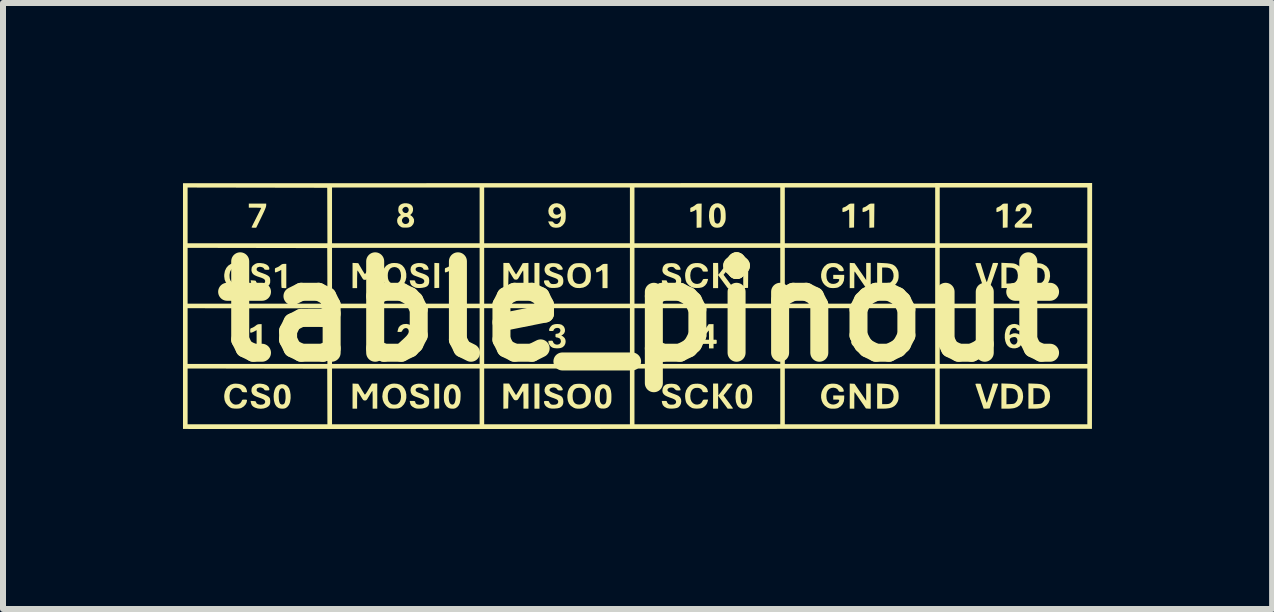
<source format=kicad_pcb>
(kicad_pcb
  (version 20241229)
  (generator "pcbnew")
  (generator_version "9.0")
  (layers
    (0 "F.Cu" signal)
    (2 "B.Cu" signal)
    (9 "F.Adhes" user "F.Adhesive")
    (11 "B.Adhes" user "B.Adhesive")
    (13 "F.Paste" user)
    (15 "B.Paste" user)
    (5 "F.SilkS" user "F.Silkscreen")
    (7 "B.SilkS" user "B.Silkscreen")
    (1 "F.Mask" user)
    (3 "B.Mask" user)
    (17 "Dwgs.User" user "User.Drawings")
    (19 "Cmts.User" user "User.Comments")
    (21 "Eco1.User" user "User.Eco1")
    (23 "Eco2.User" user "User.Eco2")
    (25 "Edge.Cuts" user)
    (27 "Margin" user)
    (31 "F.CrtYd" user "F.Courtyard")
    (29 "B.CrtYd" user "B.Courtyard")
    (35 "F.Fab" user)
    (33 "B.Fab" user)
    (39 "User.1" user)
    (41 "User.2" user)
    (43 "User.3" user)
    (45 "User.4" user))
  (footprint "table_pinout"
    (layer "F.Cu")
    (at 7.594 2.14)
    (property "Reference" "table_pinout" (at 0 0 0) (layer "F.SilkS") (effects (font (size 1.524 1.524) (thickness 0.3))))
    (attr board_only exclude_from_pos_files exclude_from_bom)
    (fp_poly (pts (xy -3.324 -0.804) (xy -3.324 -0.392) (xy -3.404 -0.388) (xy -3.404 -0.808)) (stroke (width 0) (type solid)) (fill yes) (layer "F.SilkS"))
    (fp_poly (pts (xy -3.324 1.207) (xy -3.324 1.618) (xy -3.404 1.623) (xy -3.404 1.203)) (stroke (width 0) (type solid)) (fill yes) (layer "F.SilkS"))
    (fp_poly (pts (xy -1.653 -0.388) (xy -1.736 -0.388) (xy -1.736 -0.807) (xy -1.653 -0.807)) (stroke (width 0) (type solid)) (fill yes) (layer "F.SilkS"))
    (fp_poly (pts (xy -1.653 1.622) (xy -1.736 1.622) (xy -1.736 1.203) (xy -1.653 1.203)) (stroke (width 0) (type solid)) (fill yes) (layer "F.SilkS"))
    (fp_poly (pts (xy -3.039 -0.388) (xy -3.115 -0.388) (xy -3.115 -0.541) (xy -3.115 -0.587) (xy -3.116 -0.628) (xy -3.116 -0.66) (xy -3.117 -0.683) (xy -3.118 -0.693) (xy -3.118 -0.693) (xy -3.126 -0.69) (xy -3.142 -0.681) (xy -3.154 -0.675) (xy -3.178 -0.663) (xy -3.201 -0.654) (xy -3.208 -0.652) (xy -3.221 -0.65) (xy -3.227 -0.653) (xy -3.229 -0.666) (xy -3.229 -0.684) (xy -3.229 -0.706) (xy -3.225 -0.719) (xy -3.214 -0.725) (xy -3.198 -0.73) (xy -3.173 -0.741) (xy -3.147 -0.758) (xy -3.138 -0.766) (xy -3.117 -0.783) (xy -3.098 -0.79) (xy -3.074 -0.792) (xy -3.039 -0.792)) (stroke (width 0) (type solid)) (fill yes) (layer "F.SilkS"))
    (fp_poly (pts (xy -0.518 -0.388) (xy -0.602 -0.388) (xy -0.602 -0.541) (xy -0.602 -0.597) (xy -0.603 -0.639) (xy -0.605 -0.668) (xy -0.608 -0.686) (xy -0.612 -0.693) (xy -0.617 -0.691) (xy -0.621 -0.685) (xy -0.633 -0.676) (xy -0.655 -0.665) (xy -0.685 -0.654) (xy -0.691 -0.652) (xy -0.701 -0.65) (xy -0.706 -0.654) (xy -0.708 -0.668) (xy -0.708 -0.683) (xy -0.708 -0.706) (xy -0.703 -0.718) (xy -0.693 -0.726) (xy -0.681 -0.73) (xy -0.658 -0.742) (xy -0.633 -0.759) (xy -0.625 -0.766) (xy -0.604 -0.782) (xy -0.586 -0.79) (xy -0.561 -0.792) (xy -0.557 -0.792) (xy -0.518 -0.792)) (stroke (width 0) (type solid)) (fill yes) (layer "F.SilkS"))
    (fp_poly (pts (xy 3.599 -0.804) (xy 3.652 -0.727) (xy 3.678 -0.688) (xy 3.707 -0.647) (xy 3.734 -0.608) (xy 3.749 -0.586) (xy 3.793 -0.522) (xy 3.793 -0.807) (xy 3.869 -0.807) (xy 3.869 -0.388) (xy 3.829 -0.39) (xy 3.789 -0.392) (xy 3.705 -0.514) (xy 3.678 -0.554) (xy 3.654 -0.59) (xy 3.633 -0.62) (xy 3.617 -0.643) (xy 3.609 -0.655) (xy 3.609 -0.655) (xy 3.604 -0.661) (xy 3.601 -0.663) (xy 3.598 -0.658) (xy 3.597 -0.645) (xy 3.596 -0.623) (xy 3.596 -0.589) (xy 3.595 -0.542) (xy 3.595 -0.531) (xy 3.595 -0.388) (xy 3.519 -0.388) (xy 3.519 -0.808)) (stroke (width 0) (type solid)) (fill yes) (layer "F.SilkS"))
    (fp_poly (pts (xy 3.599 1.207) (xy 3.652 1.284) (xy 3.678 1.322) (xy 3.707 1.364) (xy 3.734 1.403) (xy 3.749 1.425) (xy 3.793 1.489) (xy 3.793 1.203) (xy 3.869 1.203) (xy 3.869 1.623) (xy 3.829 1.621) (xy 3.789 1.618) (xy 3.705 1.496) (xy 3.678 1.457) (xy 3.654 1.421) (xy 3.633 1.391) (xy 3.617 1.368) (xy 3.609 1.356) (xy 3.609 1.355) (xy 3.604 1.35) (xy 3.601 1.348) (xy 3.598 1.353) (xy 3.597 1.366) (xy 3.596 1.388) (xy 3.596 1.422) (xy 3.595 1.469) (xy 3.595 1.479) (xy 3.595 1.622) (xy 3.519 1.622) (xy 3.519 1.203)) (stroke (width 0) (type solid)) (fill yes) (layer "F.SilkS"))
    (fp_poly (pts (xy -6.283 0.617) (xy -6.32 0.617) (xy -6.343 0.616) (xy -6.358 0.613) (xy -6.362 0.612) (xy -6.364 0.603) (xy -6.365 0.581) (xy -6.366 0.549) (xy -6.367 0.509) (xy -6.367 0.464) (xy -6.367 0.46) (xy -6.367 0.313) (xy -6.4 0.331) (xy -6.424 0.343) (xy -6.446 0.352) (xy -6.453 0.353) (xy -6.465 0.356) (xy -6.471 0.352) (xy -6.474 0.339) (xy -6.474 0.321) (xy -6.473 0.299) (xy -6.469 0.287) (xy -6.459 0.28) (xy -6.445 0.276) (xy -6.422 0.265) (xy -6.396 0.249) (xy -6.385 0.24) (xy -6.362 0.223) (xy -6.343 0.215) (xy -6.319 0.213) (xy -6.283 0.213)) (stroke (width 0) (type solid)) (fill yes) (layer "F.SilkS"))
    (fp_poly (pts (xy -5.872 -0.388) (xy -5.909 -0.388) (xy -5.931 -0.389) (xy -5.947 -0.392) (xy -5.951 -0.394) (xy -5.952 -0.402) (xy -5.954 -0.424) (xy -5.955 -0.456) (xy -5.956 -0.496) (xy -5.956 -0.541) (xy -5.956 -0.545) (xy -5.956 -0.692) (xy -5.988 -0.674) (xy -6.012 -0.663) (xy -6.035 -0.654) (xy -6.042 -0.652) (xy -6.054 -0.65) (xy -6.06 -0.653) (xy -6.062 -0.666) (xy -6.062 -0.684) (xy -6.062 -0.706) (xy -6.058 -0.719) (xy -6.047 -0.725) (xy -6.034 -0.73) (xy -6.01 -0.74) (xy -5.985 -0.756) (xy -5.973 -0.765) (xy -5.951 -0.782) (xy -5.931 -0.79) (xy -5.907 -0.792) (xy -5.872 -0.792)) (stroke (width 0) (type solid)) (fill yes) (layer "F.SilkS"))
    (fp_poly (pts (xy 1.049 -1.597) (xy 1.047 -1.398) (xy 0.967 -1.393) (xy 0.967 -1.546) (xy 0.967 -1.602) (xy 0.966 -1.644) (xy 0.964 -1.673) (xy 0.961 -1.691) (xy 0.957 -1.698) (xy 0.952 -1.696) (xy 0.948 -1.69) (xy 0.936 -1.681) (xy 0.914 -1.67) (xy 0.884 -1.659) (xy 0.878 -1.657) (xy 0.868 -1.655) (xy 0.863 -1.659) (xy 0.861 -1.673) (xy 0.861 -1.69) (xy 0.861 -1.713) (xy 0.865 -1.725) (xy 0.875 -1.732) (xy 0.886 -1.736) (xy 0.907 -1.746) (xy 0.932 -1.762) (xy 0.943 -1.771) (xy 0.964 -1.787) (xy 0.983 -1.795) (xy 1.008 -1.797) (xy 1.012 -1.797) (xy 1.051 -1.797)) (stroke (width 0) (type solid)) (fill yes) (layer "F.SilkS"))
    (fp_poly (pts (xy 1.327 -0.708) (xy 1.329 -0.609) (xy 1.404 -0.708) (xy 1.479 -0.807) (xy 1.525 -0.807) (xy 1.55 -0.807) (xy 1.563 -0.804) (xy 1.564 -0.8) (xy 1.563 -0.798) (xy 1.556 -0.789) (xy 1.541 -0.77) (xy 1.521 -0.744) (xy 1.497 -0.713) (xy 1.486 -0.699) (xy 1.416 -0.61) (xy 1.491 -0.509) (xy 1.517 -0.474) (xy 1.539 -0.444) (xy 1.557 -0.419) (xy 1.568 -0.403) (xy 1.572 -0.398) (xy 1.571 -0.392) (xy 1.56 -0.389) (xy 1.536 -0.388) (xy 1.531 -0.388) (xy 1.485 -0.388) (xy 1.325 -0.605) (xy 1.325 -0.388) (xy 1.241 -0.388) (xy 1.241 -0.807) (xy 1.325 -0.807)) (stroke (width 0) (type solid)) (fill yes) (layer "F.SilkS"))
    (fp_poly (pts (xy 1.826 -0.592) (xy 1.824 -0.392) (xy 1.744 -0.388) (xy 1.744 -0.54) (xy 1.744 -0.596) (xy 1.743 -0.639) (xy 1.741 -0.668) (xy 1.738 -0.686) (xy 1.734 -0.693) (xy 1.729 -0.691) (xy 1.725 -0.685) (xy 1.713 -0.676) (xy 1.691 -0.665) (xy 1.661 -0.654) (xy 1.655 -0.652) (xy 1.644 -0.65) (xy 1.639 -0.654) (xy 1.638 -0.668) (xy 1.637 -0.684) (xy 1.638 -0.707) (xy 1.642 -0.719) (xy 1.654 -0.727) (xy 1.67 -0.734) (xy 1.697 -0.747) (xy 1.72 -0.765) (xy 1.725 -0.769) (xy 1.741 -0.783) (xy 1.757 -0.79) (xy 1.78 -0.792) (xy 1.788 -0.792) (xy 1.828 -0.792)) (stroke (width 0) (type solid)) (fill yes) (layer "F.SilkS"))
    (fp_poly (pts (xy 6.152 -1.597) (xy 6.15 -1.398) (xy 6.07 -1.393) (xy 6.07 -1.546) (xy 6.07 -1.602) (xy 6.069 -1.644) (xy 6.067 -1.673) (xy 6.064 -1.691) (xy 6.06 -1.698) (xy 6.055 -1.696) (xy 6.051 -1.69) (xy 6.039 -1.681) (xy 6.017 -1.67) (xy 5.987 -1.659) (xy 5.981 -1.657) (xy 5.97 -1.655) (xy 5.965 -1.659) (xy 5.964 -1.674) (xy 5.963 -1.689) (xy 5.964 -1.712) (xy 5.968 -1.725) (xy 5.98 -1.733) (xy 5.996 -1.739) (xy 6.023 -1.753) (xy 6.046 -1.77) (xy 6.051 -1.775) (xy 6.067 -1.789) (xy 6.083 -1.795) (xy 6.106 -1.797) (xy 6.114 -1.797) (xy 6.154 -1.797)) (stroke (width 0) (type solid)) (fill yes) (layer "F.SilkS"))
    (fp_poly (pts (xy 1.327 1.302) (xy 1.329 1.401) (xy 1.404 1.302) (xy 1.479 1.203) (xy 1.525 1.203) (xy 1.55 1.204) (xy 1.563 1.206) (xy 1.564 1.211) (xy 1.563 1.213) (xy 1.556 1.222) (xy 1.541 1.241) (xy 1.521 1.267) (xy 1.497 1.297) (xy 1.486 1.311) (xy 1.416 1.4) (xy 1.491 1.502) (xy 1.517 1.536) (xy 1.539 1.567) (xy 1.557 1.592) (xy 1.568 1.608) (xy 1.572 1.613) (xy 1.571 1.618) (xy 1.56 1.621) (xy 1.536 1.622) (xy 1.531 1.622) (xy 1.485 1.622) (xy 1.405 1.514) (xy 1.325 1.406) (xy 1.325 1.622) (xy 1.241 1.622) (xy 1.241 1.203) (xy 1.325 1.203)) (stroke (width 0) (type solid)) (fill yes) (layer "F.SilkS"))
    (fp_poly (pts (xy -6.207 -1.766) (xy -6.209 -1.753) (xy -6.214 -1.734) (xy -6.224 -1.709) (xy -6.238 -1.675) (xy -6.258 -1.632) (xy -6.285 -1.576) (xy -6.29 -1.565) (xy -6.374 -1.394) (xy -6.412 -1.394) (xy -6.434 -1.395) (xy -6.448 -1.398) (xy -6.451 -1.4) (xy -6.448 -1.408) (xy -6.438 -1.428) (xy -6.424 -1.458) (xy -6.405 -1.495) (xy -6.384 -1.537) (xy -6.371 -1.563) (xy -6.348 -1.608) (xy -6.328 -1.648) (xy -6.311 -1.681) (xy -6.299 -1.706) (xy -6.292 -1.721) (xy -6.291 -1.724) (xy -6.298 -1.726) (xy -6.318 -1.727) (xy -6.347 -1.728) (xy -6.383 -1.729) (xy -6.394 -1.729) (xy -6.497 -1.729) (xy -6.497 -1.797) (xy -6.207 -1.797)) (stroke (width 0) (type solid)) (fill yes) (layer "F.SilkS"))
    (fp_poly (pts (xy 3.928 -1.597) (xy 3.926 -1.398) (xy 3.846 -1.393) (xy 3.846 -1.546) (xy 3.846 -1.592) (xy 3.845 -1.633) (xy 3.844 -1.666) (xy 3.843 -1.688) (xy 3.842 -1.698) (xy 3.842 -1.698) (xy 3.833 -1.694) (xy 3.818 -1.685) (xy 3.817 -1.684) (xy 3.798 -1.673) (xy 3.781 -1.666) (xy 3.761 -1.66) (xy 3.749 -1.657) (xy 3.739 -1.655) (xy 3.734 -1.659) (xy 3.732 -1.674) (xy 3.732 -1.689) (xy 3.733 -1.712) (xy 3.737 -1.724) (xy 3.747 -1.731) (xy 3.761 -1.735) (xy 3.784 -1.745) (xy 3.81 -1.762) (xy 3.821 -1.771) (xy 3.843 -1.787) (xy 3.862 -1.795) (xy 3.885 -1.797) (xy 3.891 -1.797) (xy 3.93 -1.797)) (stroke (width 0) (type solid)) (fill yes) (layer "F.SilkS"))
    (fp_poly (pts (xy 3.593 -1.597) (xy 3.591 -1.398) (xy 3.551 -1.395) (xy 3.511 -1.393) (xy 3.511 -1.546) (xy 3.511 -1.592) (xy 3.51 -1.633) (xy 3.509 -1.666) (xy 3.508 -1.688) (xy 3.507 -1.698) (xy 3.507 -1.698) (xy 3.498 -1.694) (xy 3.483 -1.685) (xy 3.482 -1.684) (xy 3.463 -1.673) (xy 3.446 -1.666) (xy 3.426 -1.66) (xy 3.414 -1.657) (xy 3.404 -1.655) (xy 3.399 -1.659) (xy 3.397 -1.674) (xy 3.397 -1.689) (xy 3.397 -1.712) (xy 3.401 -1.724) (xy 3.412 -1.731) (xy 3.426 -1.735) (xy 3.449 -1.745) (xy 3.475 -1.762) (xy 3.486 -1.771) (xy 3.507 -1.787) (xy 3.526 -1.795) (xy 3.55 -1.797) (xy 3.556 -1.797) (xy 3.595 -1.797)) (stroke (width 0) (type solid)) (fill yes) (layer "F.SilkS"))
    (fp_poly (pts (xy -1.836 -0.388) (xy -1.919 -0.388) (xy -1.919 -0.538) (xy -1.92 -0.59) (xy -1.921 -0.631) (xy -1.922 -0.661) (xy -1.924 -0.678) (xy -1.926 -0.681) (xy -1.933 -0.672) (xy -1.945 -0.653) (xy -1.961 -0.626) (xy -1.975 -0.602) (xy -1.993 -0.57) (xy -2.006 -0.549) (xy -2.017 -0.537) (xy -2.026 -0.531) (xy -2.037 -0.529) (xy -2.046 -0.529) (xy -2.058 -0.53) (xy -2.068 -0.532) (xy -2.077 -0.54) (xy -2.088 -0.554) (xy -2.102 -0.576) (xy -2.121 -0.608) (xy -2.167 -0.686) (xy -2.174 -0.392) (xy -2.254 -0.388) (xy -2.254 -0.807) (xy -2.158 -0.807) (xy -2.103 -0.712) (xy -2.083 -0.678) (xy -2.065 -0.65) (xy -2.052 -0.629) (xy -2.044 -0.618) (xy -2.042 -0.617) (xy -2.037 -0.623) (xy -2.026 -0.641) (xy -2.01 -0.666) (xy -1.991 -0.698) (xy -1.984 -0.71) (xy -1.931 -0.804) (xy -1.883 -0.806) (xy -1.836 -0.808)) (stroke (width 0) (type solid)) (fill yes) (layer "F.SilkS"))
    (fp_poly (pts (xy 4.081 -0.805) (xy 4.144 -0.801) (xy 4.194 -0.793) (xy 4.234 -0.781) (xy 4.265 -0.762) (xy 4.29 -0.738) (xy 4.311 -0.705) (xy 4.314 -0.699) (xy 4.325 -0.675) (xy 4.331 -0.651) (xy 4.333 -0.623) (xy 4.334 -0.598) (xy 4.333 -0.563) (xy 4.329 -0.538) (xy 4.322 -0.515) (xy 4.313 -0.495) (xy 4.29 -0.459) (xy 4.261 -0.431) (xy 4.225 -0.411) (xy 4.18 -0.398) (xy 4.124 -0.39) (xy 4.062 -0.388) (xy 3.976 -0.388) (xy 3.976 -0.465) (xy 4.059 -0.465) (xy 4.115 -0.465) (xy 4.148 -0.466) (xy 4.171 -0.469) (xy 4.189 -0.477) (xy 4.197 -0.482) (xy 4.225 -0.509) (xy 4.243 -0.545) (xy 4.25 -0.586) (xy 4.247 -0.63) (xy 4.233 -0.67) (xy 4.212 -0.699) (xy 4.186 -0.718) (xy 4.15 -0.729) (xy 4.111 -0.731) (xy 4.059 -0.731) (xy 4.059 -0.465) (xy 3.976 -0.465) (xy 3.976 -0.81)) (stroke (width 0) (type solid)) (fill yes) (layer "F.SilkS"))
    (fp_poly (pts (xy 4.081 1.205) (xy 4.144 1.21) (xy 4.194 1.217) (xy 4.234 1.23) (xy 4.265 1.248) (xy 4.29 1.273) (xy 4.311 1.305) (xy 4.314 1.311) (xy 4.325 1.336) (xy 4.331 1.359) (xy 4.333 1.388) (xy 4.334 1.413) (xy 4.333 1.448) (xy 4.329 1.473) (xy 4.322 1.496) (xy 4.313 1.516) (xy 4.29 1.552) (xy 4.261 1.58) (xy 4.225 1.6) (xy 4.18 1.613) (xy 4.124 1.62) (xy 4.062 1.622) (xy 3.976 1.622) (xy 3.976 1.546) (xy 4.059 1.546) (xy 4.115 1.546) (xy 4.148 1.545) (xy 4.171 1.541) (xy 4.189 1.534) (xy 4.197 1.529) (xy 4.225 1.502) (xy 4.243 1.466) (xy 4.25 1.424) (xy 4.247 1.381) (xy 4.233 1.341) (xy 4.212 1.311) (xy 4.186 1.292) (xy 4.15 1.282) (xy 4.111 1.28) (xy 4.059 1.28) (xy 4.059 1.546) (xy 3.976 1.546) (xy 3.976 1.201)) (stroke (width 0) (type solid)) (fill yes) (layer "F.SilkS"))
    (fp_poly (pts (xy 6.154 -0.805) (xy 6.198 -0.803) (xy 6.23 -0.801) (xy 6.254 -0.798) (xy 6.273 -0.793) (xy 6.29 -0.787) (xy 6.305 -0.779) (xy 6.349 -0.751) (xy 6.38 -0.714) (xy 6.399 -0.668) (xy 6.404 -0.646) (xy 6.409 -0.585) (xy 6.401 -0.531) (xy 6.381 -0.483) (xy 6.35 -0.444) (xy 6.308 -0.416) (xy 6.262 -0.399) (xy 6.236 -0.395) (xy 6.2 -0.391) (xy 6.16 -0.389) (xy 6.133 -0.389) (xy 6.047 -0.388) (xy 6.047 -0.463) (xy 6.131 -0.463) (xy 6.195 -0.466) (xy 6.228 -0.468) (xy 6.249 -0.47) (xy 6.264 -0.476) (xy 6.276 -0.484) (xy 6.283 -0.491) (xy 6.305 -0.519) (xy 6.318 -0.554) (xy 6.321 -0.599) (xy 6.32 -0.612) (xy 6.312 -0.657) (xy 6.295 -0.691) (xy 6.266 -0.714) (xy 6.227 -0.727) (xy 6.181 -0.731) (xy 6.131 -0.731) (xy 6.131 -0.463) (xy 6.047 -0.463) (xy 6.047 -0.81)) (stroke (width 0) (type solid)) (fill yes) (layer "F.SilkS"))
    (fp_poly (pts (xy 6.154 1.205) (xy 6.198 1.207) (xy 6.23 1.21) (xy 6.254 1.213) (xy 6.273 1.217) (xy 6.29 1.224) (xy 6.305 1.231) (xy 6.349 1.26) (xy 6.38 1.297) (xy 6.399 1.342) (xy 6.404 1.365) (xy 6.409 1.425) (xy 6.401 1.48) (xy 6.381 1.527) (xy 6.35 1.566) (xy 6.308 1.595) (xy 6.262 1.612) (xy 6.236 1.616) (xy 6.2 1.62) (xy 6.16 1.622) (xy 6.133 1.622) (xy 6.047 1.622) (xy 6.047 1.548) (xy 6.131 1.548) (xy 6.195 1.545) (xy 6.228 1.543) (xy 6.249 1.54) (xy 6.264 1.535) (xy 6.276 1.526) (xy 6.283 1.52) (xy 6.305 1.491) (xy 6.318 1.456) (xy 6.321 1.412) (xy 6.32 1.398) (xy 6.312 1.353) (xy 6.295 1.32) (xy 6.266 1.296) (xy 6.227 1.283) (xy 6.181 1.28) (xy 6.131 1.28) (xy 6.131 1.548) (xy 6.047 1.548) (xy 6.047 1.201)) (stroke (width 0) (type solid)) (fill yes) (layer "F.SilkS"))
    (fp_poly (pts (xy 6.604 -0.805) (xy 6.647 -0.803) (xy 6.679 -0.801) (xy 6.703 -0.798) (xy 6.722 -0.793) (xy 6.739 -0.787) (xy 6.754 -0.779) (xy 6.798 -0.751) (xy 6.829 -0.714) (xy 6.849 -0.668) (xy 6.854 -0.646) (xy 6.858 -0.585) (xy 6.85 -0.531) (xy 6.83 -0.483) (xy 6.799 -0.444) (xy 6.758 -0.416) (xy 6.712 -0.399) (xy 6.685 -0.395) (xy 6.649 -0.391) (xy 6.609 -0.389) (xy 6.582 -0.389) (xy 6.497 -0.388) (xy 6.497 -0.463) (xy 6.58 -0.463) (xy 6.645 -0.466) (xy 6.677 -0.468) (xy 6.698 -0.47) (xy 6.713 -0.476) (xy 6.725 -0.484) (xy 6.732 -0.491) (xy 6.755 -0.519) (xy 6.767 -0.554) (xy 6.77 -0.599) (xy 6.769 -0.612) (xy 6.762 -0.657) (xy 6.744 -0.691) (xy 6.716 -0.714) (xy 6.677 -0.727) (xy 6.631 -0.731) (xy 6.58 -0.731) (xy 6.58 -0.463) (xy 6.497 -0.463) (xy 6.497 -0.81)) (stroke (width 0) (type solid)) (fill yes) (layer "F.SilkS"))
    (fp_poly (pts (xy 6.604 1.205) (xy 6.647 1.207) (xy 6.679 1.21) (xy 6.703 1.213) (xy 6.722 1.217) (xy 6.739 1.224) (xy 6.754 1.231) (xy 6.798 1.26) (xy 6.829 1.297) (xy 6.849 1.342) (xy 6.854 1.365) (xy 6.858 1.425) (xy 6.85 1.48) (xy 6.83 1.527) (xy 6.799 1.566) (xy 6.758 1.595) (xy 6.712 1.612) (xy 6.685 1.616) (xy 6.649 1.62) (xy 6.609 1.622) (xy 6.582 1.622) (xy 6.497 1.622) (xy 6.497 1.548) (xy 6.58 1.548) (xy 6.645 1.545) (xy 6.677 1.543) (xy 6.698 1.54) (xy 6.713 1.535) (xy 6.725 1.526) (xy 6.732 1.52) (xy 6.755 1.491) (xy 6.767 1.456) (xy 6.77 1.412) (xy 6.769 1.398) (xy 6.762 1.353) (xy 6.744 1.32) (xy 6.716 1.296) (xy 6.677 1.283) (xy 6.631 1.28) (xy 6.58 1.28) (xy 6.58 1.548) (xy 6.497 1.548) (xy 6.497 1.201)) (stroke (width 0) (type solid)) (fill yes) (layer "F.SilkS"))
    (fp_poly (pts (xy -1.836 1.622) (xy -1.919 1.622) (xy -1.919 1.472) (xy -1.92 1.421) (xy -1.921 1.379) (xy -1.922 1.35) (xy -1.924 1.333) (xy -1.926 1.329) (xy -1.933 1.339) (xy -1.945 1.358) (xy -1.961 1.385) (xy -1.975 1.409) (xy -1.993 1.441) (xy -2.006 1.461) (xy -2.017 1.474) (xy -2.026 1.479) (xy -2.037 1.481) (xy -2.046 1.481) (xy -2.058 1.481) (xy -2.068 1.478) (xy -2.077 1.471) (xy -2.088 1.457) (xy -2.102 1.434) (xy -2.121 1.403) (xy -2.167 1.324) (xy -2.171 1.471) (xy -2.174 1.618) (xy -2.254 1.623) (xy -2.254 1.203) (xy -2.158 1.203) (xy -2.103 1.299) (xy -2.083 1.332) (xy -2.065 1.361) (xy -2.052 1.382) (xy -2.044 1.393) (xy -2.042 1.394) (xy -2.037 1.387) (xy -2.026 1.37) (xy -2.01 1.344) (xy -1.991 1.313) (xy -1.984 1.3) (xy -1.931 1.207) (xy -1.883 1.205) (xy -1.836 1.203)) (stroke (width 0) (type solid)) (fill yes) (layer "F.SilkS"))
    (fp_poly (pts (xy 1.249 0.472) (xy 1.276 0.472) (xy 1.292 0.473) (xy 1.3 0.478) (xy 1.302 0.491) (xy 1.302 0.506) (xy 1.302 0.528) (xy 1.298 0.538) (xy 1.288 0.541) (xy 1.276 0.541) (xy 1.249 0.541) (xy 1.249 0.617) (xy 1.173 0.617) (xy 1.173 0.541) (xy 0.99 0.541) (xy 0.99 0.506) (xy 0.991 0.493) (xy 0.993 0.48) (xy 0.999 0.466) (xy 0.999 0.466) (xy 1.068 0.466) (xy 1.073 0.469) (xy 1.091 0.471) (xy 1.116 0.472) (xy 1.119 0.472) (xy 1.173 0.472) (xy 1.173 0.396) (xy 1.172 0.364) (xy 1.171 0.339) (xy 1.169 0.323) (xy 1.167 0.32) (xy 1.161 0.326) (xy 1.15 0.342) (xy 1.134 0.364) (xy 1.116 0.39) (xy 1.098 0.416) (xy 1.083 0.44) (xy 1.072 0.458) (xy 1.068 0.466) (xy 0.999 0.466) (xy 1.009 0.448) (xy 1.024 0.424) (xy 1.045 0.391) (xy 1.074 0.349) (xy 1.079 0.342) (xy 1.168 0.213) (xy 1.249 0.213)) (stroke (width 0) (type solid)) (fill yes) (layer "F.SilkS"))
    (fp_poly (pts (xy -3.826 0.218) (xy -3.792 0.237) (xy -3.768 0.266) (xy -3.753 0.301) (xy -3.75 0.341) (xy -3.761 0.384) (xy -3.767 0.397) (xy -3.776 0.41) (xy -3.795 0.43) (xy -3.819 0.455) (xy -3.847 0.482) (xy -3.847 0.483) (xy -3.918 0.548) (xy -3.74 0.548) (xy -3.74 0.617) (xy -4.029 0.617) (xy -4.029 0.588) (xy -4.028 0.576) (xy -4.025 0.565) (xy -4.018 0.554) (xy -4.005 0.539) (xy -3.985 0.519) (xy -3.956 0.492) (xy -3.942 0.48) (xy -3.901 0.442) (xy -3.871 0.412) (xy -3.851 0.387) (xy -3.838 0.365) (xy -3.832 0.345) (xy -3.831 0.329) (xy -3.837 0.303) (xy -3.852 0.286) (xy -3.872 0.278) (xy -3.895 0.28) (xy -3.917 0.292) (xy -3.935 0.313) (xy -3.937 0.318) (xy -3.945 0.333) (xy -3.955 0.34) (xy -3.973 0.343) (xy -3.984 0.343) (xy -4.019 0.343) (xy -4.014 0.314) (xy -4.001 0.272) (xy -3.977 0.241) (xy -3.943 0.221) (xy -3.914 0.212) (xy -3.867 0.209)) (stroke (width 0) (type solid)) (fill yes) (layer "F.SilkS"))
    (fp_poly (pts (xy 5.975 -0.807) (xy 5.988 -0.805) (xy 5.992 -0.8) (xy 5.99 -0.793) (xy 5.987 -0.782) (xy 5.979 -0.759) (xy 5.967 -0.725) (xy 5.953 -0.684) (xy 5.936 -0.636) (xy 5.919 -0.585) (xy 5.851 -0.392) (xy 5.801 -0.39) (xy 5.775 -0.389) (xy 5.757 -0.389) (xy 5.75 -0.391) (xy 5.748 -0.398) (xy 5.741 -0.418) (xy 5.731 -0.449) (xy 5.717 -0.489) (xy 5.701 -0.535) (xy 5.684 -0.587) (xy 5.682 -0.593) (xy 5.664 -0.646) (xy 5.648 -0.693) (xy 5.634 -0.735) (xy 5.623 -0.768) (xy 5.616 -0.79) (xy 5.613 -0.8) (xy 5.613 -0.801) (xy 5.62 -0.804) (xy 5.638 -0.806) (xy 5.657 -0.806) (xy 5.7 -0.804) (xy 5.75 -0.642) (xy 5.764 -0.596) (xy 5.777 -0.555) (xy 5.789 -0.523) (xy 5.797 -0.5) (xy 5.803 -0.489) (xy 5.804 -0.488) (xy 5.808 -0.498) (xy 5.815 -0.519) (xy 5.825 -0.551) (xy 5.838 -0.591) (xy 5.852 -0.636) (xy 5.857 -0.652) (xy 5.905 -0.807) (xy 5.95 -0.807)) (stroke (width 0) (type solid)) (fill yes) (layer "F.SilkS"))
    (fp_poly (pts (xy 5.975 1.204) (xy 5.988 1.206) (xy 5.992 1.211) (xy 5.99 1.218) (xy 5.987 1.229) (xy 5.979 1.252) (xy 5.967 1.285) (xy 5.953 1.327) (xy 5.936 1.375) (xy 5.919 1.425) (xy 5.851 1.618) (xy 5.801 1.621) (xy 5.775 1.621) (xy 5.757 1.621) (xy 5.75 1.62) (xy 5.748 1.613) (xy 5.741 1.592) (xy 5.731 1.561) (xy 5.717 1.522) (xy 5.701 1.475) (xy 5.684 1.423) (xy 5.682 1.417) (xy 5.664 1.365) (xy 5.648 1.317) (xy 5.634 1.276) (xy 5.623 1.243) (xy 5.616 1.221) (xy 5.613 1.21) (xy 5.613 1.21) (xy 5.62 1.206) (xy 5.638 1.205) (xy 5.657 1.205) (xy 5.7 1.207) (xy 5.75 1.369) (xy 5.764 1.415) (xy 5.777 1.456) (xy 5.789 1.488) (xy 5.797 1.511) (xy 5.803 1.522) (xy 5.804 1.523) (xy 5.808 1.513) (xy 5.815 1.491) (xy 5.825 1.46) (xy 5.838 1.42) (xy 5.852 1.375) (xy 5.857 1.359) (xy 5.905 1.203) (xy 5.95 1.203)) (stroke (width 0) (type solid)) (fill yes) (layer "F.SilkS"))
    (fp_poly (pts (xy -4.72 -0.806) (xy -4.673 -0.804) (xy -4.622 -0.717) (xy -4.603 -0.684) (xy -4.585 -0.656) (xy -4.572 -0.635) (xy -4.564 -0.624) (xy -4.564 -0.623) (xy -4.557 -0.626) (xy -4.544 -0.643) (xy -4.525 -0.672) (xy -4.501 -0.712) (xy -4.445 -0.807) (xy -4.356 -0.807) (xy -4.356 -0.388) (xy -4.433 -0.388) (xy -4.433 -0.537) (xy -4.433 -0.583) (xy -4.434 -0.623) (xy -4.435 -0.655) (xy -4.436 -0.676) (xy -4.438 -0.685) (xy -4.438 -0.685) (xy -4.444 -0.679) (xy -4.456 -0.662) (xy -4.471 -0.637) (xy -4.489 -0.606) (xy -4.489 -0.605) (xy -4.509 -0.572) (xy -4.522 -0.549) (xy -4.533 -0.536) (xy -4.542 -0.528) (xy -4.551 -0.526) (xy -4.562 -0.526) (xy -4.574 -0.526) (xy -4.584 -0.529) (xy -4.593 -0.537) (xy -4.604 -0.552) (xy -4.619 -0.577) (xy -4.634 -0.602) (xy -4.652 -0.633) (xy -4.668 -0.658) (xy -4.68 -0.676) (xy -4.685 -0.682) (xy -4.687 -0.676) (xy -4.689 -0.657) (xy -4.69 -0.628) (xy -4.691 -0.589) (xy -4.692 -0.545) (xy -4.692 -0.537) (xy -4.692 -0.388) (xy -4.768 -0.388) (xy -4.768 -0.808)) (stroke (width 0) (type solid)) (fill yes) (layer "F.SilkS"))
    (fp_poly (pts (xy -4.72 1.205) (xy -4.673 1.207) (xy -4.622 1.294) (xy -4.603 1.326) (xy -4.585 1.355) (xy -4.572 1.376) (xy -4.564 1.387) (xy -4.564 1.387) (xy -4.557 1.384) (xy -4.544 1.368) (xy -4.525 1.339) (xy -4.501 1.299) (xy -4.445 1.203) (xy -4.356 1.203) (xy -4.356 1.622) (xy -4.433 1.622) (xy -4.433 1.474) (xy -4.433 1.428) (xy -4.434 1.388) (xy -4.435 1.356) (xy -4.436 1.334) (xy -4.438 1.325) (xy -4.438 1.325) (xy -4.444 1.332) (xy -4.456 1.349) (xy -4.471 1.374) (xy -4.489 1.405) (xy -4.489 1.405) (xy -4.509 1.439) (xy -4.522 1.461) (xy -4.533 1.475) (xy -4.542 1.482) (xy -4.551 1.485) (xy -4.562 1.485) (xy -4.574 1.485) (xy -4.584 1.481) (xy -4.593 1.474) (xy -4.604 1.458) (xy -4.619 1.434) (xy -4.634 1.409) (xy -4.652 1.378) (xy -4.668 1.353) (xy -4.68 1.335) (xy -4.685 1.328) (xy -4.687 1.334) (xy -4.689 1.353) (xy -4.69 1.383) (xy -4.691 1.421) (xy -4.692 1.466) (xy -4.692 1.473) (xy -4.692 1.622) (xy -4.768 1.622) (xy -4.768 1.203)) (stroke (width 0) (type solid)) (fill yes) (layer "F.SilkS"))
    (fp_poly (pts (xy -5.919 1.215) (xy -5.883 1.227) (xy -5.851 1.249) (xy -5.827 1.282) (xy -5.826 1.283) (xy -5.81 1.331) (xy -5.801 1.387) (xy -5.8 1.446) (xy -5.808 1.503) (xy -5.813 1.523) (xy -5.828 1.558) (xy -5.851 1.588) (xy -5.878 1.61) (xy -5.88 1.611) (xy -5.908 1.62) (xy -5.943 1.622) (xy -5.977 1.618) (xy -6.005 1.609) (xy -6.005 1.608) (xy -6.035 1.585) (xy -6.055 1.557) (xy -6.066 1.532) (xy -6.079 1.48) (xy -6.083 1.422) (xy -6.083 1.415) (xy -5.999 1.415) (xy -5.997 1.457) (xy -5.992 1.494) (xy -5.983 1.524) (xy -5.974 1.54) (xy -5.954 1.551) (xy -5.93 1.552) (xy -5.91 1.542) (xy -5.907 1.539) (xy -5.896 1.519) (xy -5.889 1.487) (xy -5.884 1.448) (xy -5.884 1.407) (xy -5.887 1.367) (xy -5.894 1.331) (xy -5.9 1.312) (xy -5.917 1.29) (xy -5.938 1.281) (xy -5.959 1.285) (xy -5.978 1.302) (xy -5.982 1.31) (xy -5.992 1.338) (xy -5.998 1.374) (xy -5.999 1.415) (xy -6.083 1.415) (xy -6.08 1.365) (xy -6.068 1.312) (xy -6.052 1.275) (xy -6.027 1.244) (xy -5.995 1.224) (xy -5.958 1.214)) (stroke (width 0) (type solid)) (fill yes) (layer "F.SilkS"))
    (fp_poly (pts (xy -3.066 1.22) (xy -3.046 1.228) (xy -3.025 1.241) (xy -3.008 1.258) (xy -2.993 1.284) (xy -2.989 1.291) (xy -2.979 1.314) (xy -2.972 1.333) (xy -2.968 1.354) (xy -2.967 1.382) (xy -2.967 1.413) (xy -2.97 1.475) (xy -2.98 1.526) (xy -2.998 1.565) (xy -3.023 1.595) (xy -3.052 1.614) (xy -3.077 1.621) (xy -3.109 1.622) (xy -3.142 1.618) (xy -3.168 1.609) (xy -3.198 1.586) (xy -3.222 1.552) (xy -3.238 1.513) (xy -3.244 1.479) (xy -3.246 1.437) (xy -3.246 1.433) (xy -3.165 1.433) (xy -3.162 1.474) (xy -3.154 1.51) (xy -3.145 1.531) (xy -3.127 1.548) (xy -3.104 1.554) (xy -3.083 1.547) (xy -3.075 1.54) (xy -3.063 1.518) (xy -3.054 1.486) (xy -3.049 1.447) (xy -3.048 1.405) (xy -3.051 1.364) (xy -3.058 1.329) (xy -3.065 1.311) (xy -3.082 1.289) (xy -3.103 1.281) (xy -3.125 1.288) (xy -3.135 1.296) (xy -3.149 1.318) (xy -3.158 1.351) (xy -3.164 1.391) (xy -3.165 1.433) (xy -3.246 1.433) (xy -3.245 1.391) (xy -3.242 1.349) (xy -3.235 1.315) (xy -3.234 1.312) (xy -3.213 1.27) (xy -3.184 1.238) (xy -3.148 1.219) (xy -3.108 1.212)) (stroke (width 0) (type solid)) (fill yes) (layer "F.SilkS"))
    (fp_poly (pts (xy -4.025 -0.804) (xy -3.984 -0.793) (xy -3.949 -0.773) (xy -3.938 -0.764) (xy -3.906 -0.727) (xy -3.883 -0.679) (xy -3.872 -0.626) (xy -3.872 -0.566) (xy -3.885 -0.511) (xy -3.91 -0.463) (xy -3.946 -0.425) (xy -3.961 -0.414) (xy -3.979 -0.403) (xy -3.997 -0.397) (xy -4.02 -0.393) (xy -4.052 -0.391) (xy -4.058 -0.391) (xy -4.092 -0.391) (xy -4.123 -0.393) (xy -4.146 -0.396) (xy -4.15 -0.397) (xy -4.169 -0.406) (xy -4.192 -0.423) (xy -4.211 -0.44) (xy -4.244 -0.484) (xy -4.264 -0.534) (xy -4.272 -0.591) (xy -4.271 -0.6) (xy -4.181 -0.6) (xy -4.178 -0.553) (xy -4.168 -0.518) (xy -4.149 -0.49) (xy -4.136 -0.478) (xy -4.105 -0.461) (xy -4.069 -0.455) (xy -4.034 -0.462) (xy -4.006 -0.478) (xy -3.982 -0.503) (xy -3.968 -0.534) (xy -3.961 -0.575) (xy -3.96 -0.6) (xy -3.966 -0.649) (xy -3.981 -0.688) (xy -4.005 -0.717) (xy -4.038 -0.734) (xy -4.071 -0.739) (xy -4.11 -0.732) (xy -4.141 -0.713) (xy -4.164 -0.682) (xy -4.178 -0.641) (xy -4.181 -0.6) (xy -4.271 -0.6) (xy -4.265 -0.651) (xy -4.26 -0.671) (xy -4.239 -0.721) (xy -4.208 -0.76) (xy -4.166 -0.788) (xy -4.116 -0.804) (xy -4.076 -0.807)) (stroke (width 0) (type solid)) (fill yes) (layer "F.SilkS"))
    (fp_poly (pts (xy -0.954 -0.803) (xy -0.921 -0.799) (xy -0.897 -0.792) (xy -0.895 -0.791) (xy -0.86 -0.765) (xy -0.828 -0.731) (xy -0.81 -0.702) (xy -0.802 -0.675) (xy -0.796 -0.638) (xy -0.795 -0.596) (xy -0.797 -0.554) (xy -0.802 -0.518) (xy -0.81 -0.493) (xy -0.839 -0.448) (xy -0.877 -0.417) (xy -0.923 -0.397) (xy -0.979 -0.389) (xy -0.991 -0.389) (xy -1.025 -0.39) (xy -1.052 -0.394) (xy -1.077 -0.403) (xy -1.088 -0.408) (xy -1.13 -0.436) (xy -1.16 -0.473) (xy -1.179 -0.519) (xy -1.187 -0.575) (xy -1.187 -0.598) (xy -1.1 -0.598) (xy -1.096 -0.546) (xy -1.082 -0.506) (xy -1.06 -0.478) (xy -1.028 -0.462) (xy -0.99 -0.457) (xy -0.957 -0.461) (xy -0.931 -0.472) (xy -0.906 -0.493) (xy -0.89 -0.52) (xy -0.882 -0.557) (xy -0.88 -0.594) (xy -0.884 -0.647) (xy -0.898 -0.688) (xy -0.921 -0.717) (xy -0.954 -0.734) (xy -0.99 -0.739) (xy -1.031 -0.733) (xy -1.062 -0.716) (xy -1.084 -0.687) (xy -1.097 -0.646) (xy -1.1 -0.598) (xy -1.187 -0.598) (xy -1.187 -0.614) (xy -1.178 -0.673) (xy -1.159 -0.721) (xy -1.129 -0.76) (xy -1.087 -0.79) (xy -1.086 -0.79) (xy -1.063 -0.798) (xy -1.03 -0.803) (xy -0.992 -0.804)) (stroke (width 0) (type solid)) (fill yes) (layer "F.SilkS"))
    (fp_poly (pts (xy -0.954 1.208) (xy -0.921 1.212) (xy -0.897 1.219) (xy -0.895 1.22) (xy -0.86 1.246) (xy -0.828 1.28) (xy -0.81 1.308) (xy -0.802 1.336) (xy -0.796 1.373) (xy -0.795 1.415) (xy -0.797 1.456) (xy -0.802 1.493) (xy -0.81 1.518) (xy -0.839 1.562) (xy -0.877 1.594) (xy -0.923 1.614) (xy -0.979 1.622) (xy -0.991 1.622) (xy -1.025 1.621) (xy -1.052 1.617) (xy -1.077 1.608) (xy -1.088 1.602) (xy -1.13 1.574) (xy -1.16 1.538) (xy -1.179 1.492) (xy -1.187 1.436) (xy -1.187 1.413) (xy -1.1 1.413) (xy -1.096 1.465) (xy -1.082 1.505) (xy -1.06 1.533) (xy -1.028 1.549) (xy -0.99 1.554) (xy -0.957 1.549) (xy -0.931 1.539) (xy -0.906 1.518) (xy -0.89 1.49) (xy -0.882 1.453) (xy -0.88 1.417) (xy -0.884 1.364) (xy -0.898 1.323) (xy -0.921 1.294) (xy -0.954 1.277) (xy -0.99 1.272) (xy -1.031 1.278) (xy -1.062 1.295) (xy -1.084 1.324) (xy -1.097 1.365) (xy -1.1 1.413) (xy -1.187 1.413) (xy -1.187 1.396) (xy -1.178 1.338) (xy -1.159 1.29) (xy -1.129 1.251) (xy -1.087 1.221) (xy -1.086 1.22) (xy -1.063 1.213) (xy -1.03 1.208) (xy -0.992 1.206)) (stroke (width 0) (type solid)) (fill yes) (layer "F.SilkS"))
    (fp_poly (pts (xy 1.365 -1.792) (xy 1.401 -1.767) (xy 1.407 -1.762) (xy 1.425 -1.738) (xy 1.438 -1.71) (xy 1.446 -1.674) (xy 1.45 -1.629) (xy 1.451 -1.591) (xy 1.451 -1.554) (xy 1.449 -1.528) (xy 1.445 -1.507) (xy 1.439 -1.489) (xy 1.429 -1.468) (xy 1.428 -1.466) (xy 1.407 -1.432) (xy 1.384 -1.411) (xy 1.379 -1.408) (xy 1.347 -1.398) (xy 1.309 -1.394) (xy 1.272 -1.398) (xy 1.252 -1.405) (xy 1.221 -1.426) (xy 1.198 -1.461) (xy 1.182 -1.507) (xy 1.174 -1.565) (xy 1.173 -1.596) (xy 1.175 -1.624) (xy 1.257 -1.624) (xy 1.257 -1.586) (xy 1.26 -1.549) (xy 1.264 -1.515) (xy 1.27 -1.491) (xy 1.274 -1.483) (xy 1.292 -1.467) (xy 1.315 -1.462) (xy 1.337 -1.469) (xy 1.344 -1.474) (xy 1.358 -1.498) (xy 1.367 -1.535) (xy 1.37 -1.584) (xy 1.369 -1.62) (xy 1.365 -1.665) (xy 1.358 -1.697) (xy 1.346 -1.718) (xy 1.33 -1.73) (xy 1.321 -1.733) (xy 1.299 -1.732) (xy 1.28 -1.717) (xy 1.265 -1.689) (xy 1.263 -1.683) (xy 1.259 -1.658) (xy 1.257 -1.624) (xy 1.175 -1.624) (xy 1.177 -1.661) (xy 1.191 -1.714) (xy 1.213 -1.755) (xy 1.245 -1.783) (xy 1.281 -1.799) (xy 1.325 -1.803)) (stroke (width 0) (type solid)) (fill yes) (layer "F.SilkS"))
    (fp_poly (pts (xy 1.807 1.223) (xy 1.842 1.246) (xy 1.869 1.28) (xy 1.879 1.301) (xy 1.886 1.324) (xy 1.89 1.353) (xy 1.892 1.391) (xy 1.893 1.421) (xy 1.892 1.459) (xy 1.891 1.486) (xy 1.888 1.506) (xy 1.882 1.524) (xy 1.873 1.544) (xy 1.87 1.55) (xy 1.849 1.584) (xy 1.826 1.605) (xy 1.82 1.608) (xy 1.789 1.618) (xy 1.751 1.622) (xy 1.714 1.618) (xy 1.694 1.611) (xy 1.663 1.59) (xy 1.639 1.555) (xy 1.623 1.509) (xy 1.616 1.451) (xy 1.615 1.42) (xy 1.617 1.392) (xy 1.699 1.392) (xy 1.699 1.43) (xy 1.702 1.467) (xy 1.706 1.501) (xy 1.712 1.525) (xy 1.716 1.533) (xy 1.734 1.549) (xy 1.757 1.554) (xy 1.779 1.547) (xy 1.785 1.542) (xy 1.799 1.518) (xy 1.808 1.481) (xy 1.812 1.432) (xy 1.811 1.396) (xy 1.807 1.351) (xy 1.799 1.319) (xy 1.788 1.298) (xy 1.772 1.286) (xy 1.763 1.283) (xy 1.74 1.284) (xy 1.721 1.299) (xy 1.707 1.327) (xy 1.705 1.333) (xy 1.701 1.358) (xy 1.699 1.392) (xy 1.617 1.392) (xy 1.619 1.355) (xy 1.633 1.302) (xy 1.655 1.262) (xy 1.686 1.233) (xy 1.723 1.217) (xy 1.766 1.213)) (stroke (width 0) (type solid)) (fill yes) (layer "F.SilkS"))
    (fp_poly (pts (xy -0.557 1.218) (xy -0.521 1.232) (xy -0.494 1.253) (xy -0.474 1.284) (xy -0.461 1.325) (xy -0.454 1.378) (xy -0.453 1.424) (xy -0.454 1.464) (xy -0.455 1.493) (xy -0.458 1.514) (xy -0.464 1.532) (xy -0.471 1.548) (xy -0.494 1.583) (xy -0.522 1.606) (xy -0.558 1.618) (xy -0.582 1.62) (xy -0.621 1.619) (xy -0.65 1.612) (xy -0.654 1.61) (xy -0.682 1.588) (xy -0.705 1.554) (xy -0.721 1.512) (xy -0.725 1.499) (xy -0.729 1.464) (xy -0.73 1.421) (xy -0.73 1.416) (xy -0.647 1.416) (xy -0.647 1.453) (xy -0.645 1.485) (xy -0.643 1.499) (xy -0.631 1.528) (xy -0.612 1.547) (xy -0.588 1.553) (xy -0.563 1.546) (xy -0.549 1.53) (xy -0.539 1.5) (xy -0.534 1.456) (xy -0.533 1.42) (xy -0.535 1.37) (xy -0.542 1.332) (xy -0.553 1.305) (xy -0.569 1.289) (xy -0.584 1.281) (xy -0.597 1.282) (xy -0.608 1.288) (xy -0.625 1.303) (xy -0.637 1.324) (xy -0.637 1.325) (xy -0.642 1.347) (xy -0.645 1.379) (xy -0.647 1.416) (xy -0.73 1.416) (xy -0.727 1.376) (xy -0.722 1.335) (xy -0.714 1.302) (xy -0.712 1.297) (xy -0.689 1.259) (xy -0.657 1.232) (xy -0.619 1.216) (xy -0.577 1.214)) (stroke (width 0) (type solid)) (fill yes) (layer "F.SilkS"))
    (fp_poly (pts (xy 6.463 -1.795) (xy 6.501 -1.778) (xy 6.528 -1.751) (xy 6.545 -1.714) (xy 6.548 -1.696) (xy 6.547 -1.659) (xy 6.534 -1.623) (xy 6.509 -1.585) (xy 6.471 -1.545) (xy 6.451 -1.527) (xy 6.426 -1.505) (xy 6.406 -1.486) (xy 6.394 -1.473) (xy 6.39 -1.468) (xy 6.397 -1.466) (xy 6.416 -1.464) (xy 6.445 -1.463) (xy 6.474 -1.462) (xy 6.558 -1.462) (xy 6.558 -1.394) (xy 6.418 -1.394) (xy 6.373 -1.394) (xy 6.334 -1.395) (xy 6.303 -1.396) (xy 6.281 -1.397) (xy 6.273 -1.399) (xy 6.27 -1.409) (xy 6.268 -1.427) (xy 6.27 -1.438) (xy 6.275 -1.449) (xy 6.286 -1.463) (xy 6.305 -1.482) (xy 6.332 -1.508) (xy 6.353 -1.527) (xy 6.393 -1.564) (xy 6.423 -1.593) (xy 6.444 -1.617) (xy 6.457 -1.636) (xy 6.464 -1.655) (xy 6.466 -1.673) (xy 6.466 -1.676) (xy 6.462 -1.706) (xy 6.448 -1.724) (xy 6.424 -1.732) (xy 6.417 -1.732) (xy 6.39 -1.726) (xy 6.37 -1.71) (xy 6.36 -1.688) (xy 6.36 -1.682) (xy 6.357 -1.674) (xy 6.348 -1.669) (xy 6.329 -1.668) (xy 6.32 -1.668) (xy 6.281 -1.668) (xy 6.285 -1.698) (xy 6.298 -1.738) (xy 6.321 -1.769) (xy 6.356 -1.79) (xy 6.4 -1.8) (xy 6.417 -1.801)) (stroke (width 0) (type solid)) (fill yes) (layer "F.SilkS"))
    (fp_poly (pts (xy -4.025 1.207) (xy -3.984 1.218) (xy -3.949 1.238) (xy -3.938 1.246) (xy -3.906 1.284) (xy -3.883 1.331) (xy -3.872 1.385) (xy -3.872 1.445) (xy -3.885 1.5) (xy -3.91 1.547) (xy -3.946 1.586) (xy -3.961 1.597) (xy -3.979 1.607) (xy -3.997 1.614) (xy -4.02 1.618) (xy -4.052 1.619) (xy -4.058 1.62) (xy -4.092 1.62) (xy -4.123 1.618) (xy -4.146 1.615) (xy -4.15 1.614) (xy -4.169 1.604) (xy -4.192 1.587) (xy -4.211 1.57) (xy -4.244 1.527) (xy -4.264 1.476) (xy -4.272 1.42) (xy -4.271 1.411) (xy -4.181 1.411) (xy -4.178 1.457) (xy -4.168 1.493) (xy -4.149 1.521) (xy -4.136 1.533) (xy -4.117 1.546) (xy -4.097 1.552) (xy -4.071 1.554) (xy -4.043 1.552) (xy -4.023 1.545) (xy -4.006 1.533) (xy -3.982 1.508) (xy -3.968 1.476) (xy -3.961 1.436) (xy -3.96 1.411) (xy -3.966 1.362) (xy -3.981 1.322) (xy -4.005 1.293) (xy -4.038 1.276) (xy -4.071 1.272) (xy -4.11 1.279) (xy -4.141 1.298) (xy -4.164 1.328) (xy -4.178 1.37) (xy -4.181 1.411) (xy -4.271 1.411) (xy -4.265 1.36) (xy -4.26 1.34) (xy -4.239 1.29) (xy -4.208 1.251) (xy -4.166 1.223) (xy -4.116 1.207) (xy -4.076 1.203)) (stroke (width 0) (type solid)) (fill yes) (layer "F.SilkS"))
    (fp_poly (pts (xy 3.8 0.281) (xy 3.637 0.286) (xy 3.634 0.329) (xy 3.632 0.373) (xy 3.653 0.362) (xy 3.684 0.352) (xy 3.72 0.351) (xy 3.756 0.358) (xy 3.77 0.364) (xy 3.801 0.387) (xy 3.82 0.416) (xy 3.83 0.454) (xy 3.831 0.48) (xy 3.83 0.512) (xy 3.825 0.535) (xy 3.815 0.554) (xy 3.814 0.556) (xy 3.791 0.584) (xy 3.767 0.602) (xy 3.736 0.611) (xy 3.699 0.614) (xy 3.67 0.615) (xy 3.645 0.614) (xy 3.629 0.612) (xy 3.629 0.612) (xy 3.604 0.6) (xy 3.578 0.579) (xy 3.558 0.554) (xy 3.552 0.544) (xy 3.543 0.519) (xy 3.543 0.504) (xy 3.553 0.497) (xy 3.575 0.495) (xy 3.58 0.495) (xy 3.603 0.496) (xy 3.616 0.5) (xy 3.623 0.509) (xy 3.625 0.513) (xy 3.641 0.538) (xy 3.664 0.552) (xy 3.69 0.555) (xy 3.716 0.549) (xy 3.737 0.532) (xy 3.748 0.51) (xy 3.753 0.474) (xy 3.746 0.445) (xy 3.728 0.424) (xy 3.701 0.412) (xy 3.688 0.411) (xy 3.664 0.414) (xy 3.646 0.421) (xy 3.644 0.422) (xy 3.628 0.429) (xy 3.603 0.433) (xy 3.592 0.434) (xy 3.555 0.434) (xy 3.56 0.387) (xy 3.562 0.355) (xy 3.566 0.316) (xy 3.569 0.278) (xy 3.569 0.276) (xy 3.574 0.213) (xy 3.8 0.213)) (stroke (width 0) (type solid)) (fill yes) (layer "F.SilkS"))
    (fp_poly (pts (xy -6.658 -0.802) (xy -6.61 -0.787) (xy -6.572 -0.764) (xy -6.545 -0.733) (xy -6.53 -0.694) (xy -6.53 -0.691) (xy -6.525 -0.663) (xy -6.566 -0.663) (xy -6.59 -0.663) (xy -6.604 -0.667) (xy -6.612 -0.675) (xy -6.616 -0.685) (xy -6.633 -0.711) (xy -6.66 -0.728) (xy -6.693 -0.737) (xy -6.727 -0.736) (xy -6.759 -0.724) (xy -6.764 -0.722) (xy -6.792 -0.695) (xy -6.81 -0.658) (xy -6.818 -0.611) (xy -6.818 -0.594) (xy -6.815 -0.551) (xy -6.804 -0.517) (xy -6.784 -0.49) (xy -6.77 -0.477) (xy -6.75 -0.464) (xy -6.728 -0.458) (xy -6.709 -0.457) (xy -6.669 -0.463) (xy -6.639 -0.48) (xy -6.619 -0.509) (xy -6.617 -0.514) (xy -6.611 -0.53) (xy -6.603 -0.538) (xy -6.588 -0.54) (xy -6.567 -0.541) (xy -6.544 -0.54) (xy -6.532 -0.537) (xy -6.528 -0.53) (xy -6.527 -0.524) (xy -6.535 -0.489) (xy -6.554 -0.455) (xy -6.583 -0.425) (xy -6.619 -0.403) (xy -6.633 -0.397) (xy -6.66 -0.392) (xy -6.696 -0.39) (xy -6.734 -0.39) (xy -6.769 -0.394) (xy -6.786 -0.398) (xy -6.806 -0.408) (xy -6.83 -0.426) (xy -6.848 -0.443) (xy -6.881 -0.484) (xy -6.9 -0.531) (xy -6.907 -0.586) (xy -6.906 -0.617) (xy -6.895 -0.675) (xy -6.872 -0.724) (xy -6.84 -0.762) (xy -6.799 -0.789) (xy -6.749 -0.804) (xy -6.714 -0.807)) (stroke (width 0) (type solid)) (fill yes) (layer "F.SilkS"))
    (fp_poly (pts (xy -6.658 1.209) (xy -6.61 1.223) (xy -6.572 1.247) (xy -6.545 1.278) (xy -6.53 1.316) (xy -6.53 1.32) (xy -6.525 1.348) (xy -6.566 1.348) (xy -6.59 1.347) (xy -6.604 1.344) (xy -6.612 1.336) (xy -6.616 1.326) (xy -6.633 1.3) (xy -6.66 1.282) (xy -6.693 1.274) (xy -6.727 1.274) (xy -6.759 1.286) (xy -6.764 1.289) (xy -6.792 1.316) (xy -6.81 1.353) (xy -6.818 1.399) (xy -6.818 1.416) (xy -6.815 1.46) (xy -6.804 1.493) (xy -6.784 1.521) (xy -6.77 1.534) (xy -6.75 1.547) (xy -6.728 1.553) (xy -6.709 1.554) (xy -6.669 1.548) (xy -6.639 1.53) (xy -6.619 1.502) (xy -6.617 1.496) (xy -6.611 1.481) (xy -6.603 1.473) (xy -6.588 1.47) (xy -6.567 1.47) (xy -6.544 1.471) (xy -6.532 1.473) (xy -6.528 1.48) (xy -6.527 1.487) (xy -6.535 1.522) (xy -6.554 1.556) (xy -6.583 1.586) (xy -6.619 1.608) (xy -6.633 1.614) (xy -6.66 1.619) (xy -6.696 1.621) (xy -6.734 1.62) (xy -6.769 1.616) (xy -6.786 1.612) (xy -6.806 1.602) (xy -6.83 1.585) (xy -6.848 1.568) (xy -6.881 1.527) (xy -6.9 1.48) (xy -6.907 1.425) (xy -6.906 1.393) (xy -6.895 1.335) (xy -6.872 1.287) (xy -6.84 1.248) (xy -6.799 1.221) (xy -6.749 1.206) (xy -6.714 1.204)) (stroke (width 0) (type solid)) (fill yes) (layer "F.SilkS"))
    (fp_poly (pts (xy 1.025 -0.802) (xy 1.035 -0.8) (xy 1.066 -0.788) (xy 1.097 -0.769) (xy 1.123 -0.746) (xy 1.141 -0.722) (xy 1.146 -0.71) (xy 1.151 -0.69) (xy 1.155 -0.676) (xy 1.155 -0.669) (xy 1.149 -0.665) (xy 1.132 -0.663) (xy 1.112 -0.663) (xy 1.087 -0.663) (xy 1.073 -0.666) (xy 1.067 -0.671) (xy 1.066 -0.676) (xy 1.061 -0.69) (xy 1.048 -0.707) (xy 1.044 -0.712) (xy 1.024 -0.727) (xy 1.001 -0.734) (xy 0.981 -0.737) (xy 0.94 -0.733) (xy 0.907 -0.717) (xy 0.882 -0.689) (xy 0.867 -0.65) (xy 0.861 -0.601) (xy 0.861 -0.598) (xy 0.866 -0.548) (xy 0.882 -0.508) (xy 0.907 -0.479) (xy 0.94 -0.462) (xy 0.976 -0.457) (xy 1.013 -0.464) (xy 1.043 -0.483) (xy 1.063 -0.515) (xy 1.063 -0.515) (xy 1.071 -0.53) (xy 1.079 -0.538) (xy 1.094 -0.54) (xy 1.116 -0.541) (xy 1.157 -0.541) (xy 1.153 -0.516) (xy 1.137 -0.47) (xy 1.108 -0.432) (xy 1.072 -0.406) (xy 1.044 -0.397) (xy 1.007 -0.391) (xy 0.966 -0.39) (xy 0.927 -0.392) (xy 0.895 -0.399) (xy 0.887 -0.402) (xy 0.853 -0.423) (xy 0.822 -0.452) (xy 0.798 -0.483) (xy 0.796 -0.487) (xy 0.785 -0.518) (xy 0.778 -0.557) (xy 0.775 -0.598) (xy 0.777 -0.636) (xy 0.777 -0.638) (xy 0.792 -0.693) (xy 0.819 -0.74) (xy 0.855 -0.775) (xy 0.878 -0.789) (xy 0.907 -0.799) (xy 0.945 -0.805) (xy 0.986 -0.806)) (stroke (width 0) (type solid)) (fill yes) (layer "F.SilkS"))
    (fp_poly (pts (xy 1.025 1.209) (xy 1.035 1.211) (xy 1.066 1.223) (xy 1.097 1.242) (xy 1.123 1.265) (xy 1.141 1.288) (xy 1.146 1.3) (xy 1.151 1.321) (xy 1.155 1.335) (xy 1.155 1.342) (xy 1.149 1.346) (xy 1.132 1.348) (xy 1.112 1.348) (xy 1.087 1.347) (xy 1.073 1.345) (xy 1.067 1.339) (xy 1.066 1.334) (xy 1.061 1.32) (xy 1.048 1.303) (xy 1.044 1.299) (xy 1.024 1.284) (xy 1.001 1.276) (xy 0.981 1.274) (xy 0.94 1.277) (xy 0.907 1.293) (xy 0.882 1.321) (xy 0.867 1.36) (xy 0.861 1.41) (xy 0.861 1.413) (xy 0.866 1.463) (xy 0.882 1.502) (xy 0.907 1.531) (xy 0.94 1.549) (xy 0.976 1.554) (xy 1.013 1.547) (xy 1.043 1.528) (xy 1.063 1.496) (xy 1.063 1.495) (xy 1.071 1.481) (xy 1.079 1.473) (xy 1.094 1.47) (xy 1.116 1.47) (xy 1.157 1.47) (xy 1.153 1.495) (xy 1.137 1.541) (xy 1.108 1.578) (xy 1.072 1.605) (xy 1.044 1.614) (xy 1.007 1.619) (xy 0.966 1.621) (xy 0.927 1.618) (xy 0.895 1.612) (xy 0.887 1.608) (xy 0.853 1.587) (xy 0.822 1.559) (xy 0.798 1.528) (xy 0.796 1.523) (xy 0.785 1.493) (xy 0.778 1.454) (xy 0.775 1.413) (xy 0.777 1.375) (xy 0.777 1.373) (xy 0.792 1.317) (xy 0.819 1.271) (xy 0.855 1.235) (xy 0.878 1.221) (xy 0.907 1.211) (xy 0.945 1.206) (xy 0.986 1.205)) (stroke (width 0) (type solid)) (fill yes) (layer "F.SilkS"))
    (fp_poly (pts (xy -1.318 -1.794) (xy -1.279 -1.774) (xy -1.248 -1.743) (xy -1.229 -1.708) (xy -1.221 -1.678) (xy -1.216 -1.638) (xy -1.215 -1.594) (xy -1.216 -1.551) (xy -1.221 -1.515) (xy -1.225 -1.498) (xy -1.243 -1.463) (xy -1.269 -1.432) (xy -1.3 -1.409) (xy -1.308 -1.405) (xy -1.34 -1.397) (xy -1.377 -1.394) (xy -1.413 -1.398) (xy -1.436 -1.404) (xy -1.464 -1.422) (xy -1.485 -1.45) (xy -1.496 -1.472) (xy -1.508 -1.5) (xy -1.468 -1.5) (xy -1.444 -1.499) (xy -1.43 -1.495) (xy -1.422 -1.487) (xy -1.42 -1.483) (xy -1.405 -1.466) (xy -1.382 -1.457) (xy -1.355 -1.457) (xy -1.351 -1.459) (xy -1.325 -1.476) (xy -1.306 -1.505) (xy -1.297 -1.545) (xy -1.296 -1.547) (xy -1.293 -1.587) (xy -1.313 -1.571) (xy -1.348 -1.552) (xy -1.385 -1.547) (xy -1.422 -1.553) (xy -1.456 -1.57) (xy -1.482 -1.596) (xy -1.499 -1.631) (xy -1.5 -1.634) (xy -1.504 -1.674) (xy -1.424 -1.674) (xy -1.418 -1.643) (xy -1.402 -1.622) (xy -1.378 -1.611) (xy -1.349 -1.612) (xy -1.317 -1.625) (xy -1.312 -1.628) (xy -1.299 -1.642) (xy -1.296 -1.661) (xy -1.303 -1.689) (xy -1.306 -1.694) (xy -1.322 -1.719) (xy -1.345 -1.733) (xy -1.369 -1.736) (xy -1.393 -1.73) (xy -1.412 -1.714) (xy -1.423 -1.689) (xy -1.424 -1.674) (xy -1.504 -1.674) (xy -1.504 -1.678) (xy -1.496 -1.72) (xy -1.475 -1.755) (xy -1.445 -1.782) (xy -1.403 -1.799) (xy -1.36 -1.803)) (stroke (width 0) (type solid)) (fill yes) (layer "F.SilkS"))
    (fp_poly (pts (xy 3.296 -0.802) (xy 3.317 -0.796) (xy 3.356 -0.776) (xy 3.388 -0.751) (xy 3.41 -0.721) (xy 3.419 -0.691) (xy 3.42 -0.686) (xy 3.418 -0.677) (xy 3.41 -0.672) (xy 3.392 -0.67) (xy 3.38 -0.67) (xy 3.356 -0.671) (xy 3.342 -0.675) (xy 3.334 -0.684) (xy 3.329 -0.694) (xy 3.311 -0.717) (xy 3.284 -0.732) (xy 3.251 -0.738) (xy 3.217 -0.736) (xy 3.186 -0.723) (xy 3.183 -0.721) (xy 3.156 -0.697) (xy 3.139 -0.666) (xy 3.131 -0.625) (xy 3.13 -0.598) (xy 3.134 -0.551) (xy 3.146 -0.514) (xy 3.167 -0.487) (xy 3.183 -0.474) (xy 3.213 -0.461) (xy 3.245 -0.458) (xy 3.278 -0.462) (xy 3.307 -0.474) (xy 3.33 -0.492) (xy 3.342 -0.516) (xy 3.344 -0.527) (xy 3.341 -0.535) (xy 3.333 -0.539) (xy 3.315 -0.54) (xy 3.294 -0.541) (xy 3.244 -0.541) (xy 3.244 -0.609) (xy 3.427 -0.609) (xy 3.427 -0.564) (xy 3.421 -0.511) (xy 3.401 -0.465) (xy 3.37 -0.428) (xy 3.328 -0.401) (xy 3.323 -0.399) (xy 3.303 -0.394) (xy 3.274 -0.39) (xy 3.242 -0.388) (xy 3.242 -0.388) (xy 3.208 -0.39) (xy 3.182 -0.394) (xy 3.158 -0.403) (xy 3.144 -0.41) (xy 3.104 -0.439) (xy 3.073 -0.477) (xy 3.053 -0.521) (xy 3.042 -0.569) (xy 3.042 -0.619) (xy 3.051 -0.668) (xy 3.071 -0.714) (xy 3.1 -0.753) (xy 3.139 -0.785) (xy 3.148 -0.79) (xy 3.178 -0.8) (xy 3.216 -0.805) (xy 3.258 -0.806)) (stroke (width 0) (type solid)) (fill yes) (layer "F.SilkS"))
    (fp_poly (pts (xy 3.296 1.209) (xy 3.317 1.215) (xy 3.356 1.234) (xy 3.388 1.26) (xy 3.41 1.289) (xy 3.419 1.319) (xy 3.42 1.325) (xy 3.418 1.334) (xy 3.41 1.339) (xy 3.392 1.34) (xy 3.38 1.34) (xy 3.356 1.34) (xy 3.342 1.336) (xy 3.334 1.327) (xy 3.329 1.317) (xy 3.311 1.294) (xy 3.284 1.279) (xy 3.251 1.272) (xy 3.217 1.275) (xy 3.186 1.287) (xy 3.183 1.289) (xy 3.156 1.313) (xy 3.139 1.345) (xy 3.131 1.385) (xy 3.13 1.413) (xy 3.134 1.46) (xy 3.146 1.496) (xy 3.167 1.524) (xy 3.183 1.536) (xy 3.213 1.549) (xy 3.245 1.553) (xy 3.278 1.548) (xy 3.307 1.536) (xy 3.33 1.518) (xy 3.342 1.495) (xy 3.344 1.483) (xy 3.341 1.476) (xy 3.333 1.472) (xy 3.315 1.47) (xy 3.294 1.47) (xy 3.244 1.47) (xy 3.244 1.401) (xy 3.427 1.401) (xy 3.427 1.447) (xy 3.421 1.5) (xy 3.401 1.545) (xy 3.37 1.582) (xy 3.328 1.609) (xy 3.323 1.612) (xy 3.303 1.617) (xy 3.274 1.621) (xy 3.242 1.622) (xy 3.242 1.622) (xy 3.208 1.621) (xy 3.182 1.617) (xy 3.158 1.608) (xy 3.144 1.601) (xy 3.104 1.572) (xy 3.073 1.534) (xy 3.053 1.49) (xy 3.042 1.441) (xy 3.042 1.391) (xy 3.051 1.342) (xy 3.071 1.297) (xy 3.1 1.257) (xy 3.139 1.226) (xy 3.148 1.221) (xy 3.178 1.211) (xy 3.216 1.205) (xy 3.258 1.205)) (stroke (width 0) (type solid)) (fill yes) (layer "F.SilkS"))
    (fp_poly (pts (xy 6.307 0.216) (xy 6.329 0.225) (xy 6.346 0.238) (xy 6.362 0.258) (xy 6.376 0.28) (xy 6.385 0.299) (xy 6.386 0.313) (xy 6.385 0.313) (xy 6.376 0.317) (xy 6.357 0.32) (xy 6.348 0.32) (xy 6.325 0.318) (xy 6.312 0.312) (xy 6.305 0.303) (xy 6.292 0.284) (xy 6.275 0.276) (xy 6.256 0.274) (xy 6.231 0.281) (xy 6.21 0.3) (xy 6.194 0.329) (xy 6.185 0.363) (xy 6.184 0.379) (xy 6.184 0.396) (xy 6.209 0.381) (xy 6.244 0.367) (xy 6.282 0.365) (xy 6.32 0.372) (xy 6.353 0.389) (xy 6.377 0.414) (xy 6.382 0.423) (xy 6.391 0.454) (xy 6.393 0.492) (xy 6.388 0.529) (xy 6.378 0.556) (xy 6.352 0.586) (xy 6.317 0.606) (xy 6.277 0.616) (xy 6.233 0.615) (xy 6.19 0.603) (xy 6.184 0.6) (xy 6.153 0.576) (xy 6.128 0.54) (xy 6.112 0.495) (xy 6.108 0.472) (xy 6.186 0.472) (xy 6.19 0.491) (xy 6.191 0.494) (xy 6.205 0.525) (xy 6.226 0.545) (xy 6.251 0.554) (xy 6.276 0.551) (xy 6.295 0.537) (xy 6.31 0.513) (xy 6.314 0.485) (xy 6.309 0.457) (xy 6.298 0.441) (xy 6.284 0.431) (xy 6.267 0.427) (xy 6.247 0.429) (xy 6.219 0.435) (xy 6.199 0.447) (xy 6.197 0.448) (xy 6.188 0.46) (xy 6.186 0.472) (xy 6.108 0.472) (xy 6.103 0.442) (xy 6.104 0.385) (xy 6.108 0.36) (xy 6.12 0.309) (xy 6.14 0.27) (xy 6.166 0.241) (xy 6.185 0.229) (xy 6.224 0.214) (xy 6.267 0.209)) (stroke (width 0) (type solid)) (fill yes) (layer "F.SilkS"))
    (fp_poly (pts (xy -1.316 0.213) (xy -1.284 0.222) (xy -1.281 0.224) (xy -1.253 0.245) (xy -1.235 0.274) (xy -1.227 0.306) (xy -1.229 0.338) (xy -1.242 0.367) (xy -1.265 0.389) (xy -1.27 0.391) (xy -1.288 0.401) (xy -1.259 0.419) (xy -1.233 0.444) (xy -1.219 0.475) (xy -1.216 0.508) (xy -1.223 0.542) (xy -1.239 0.572) (xy -1.265 0.596) (xy -1.294 0.609) (xy -1.328 0.615) (xy -1.367 0.616) (xy -1.406 0.612) (xy -1.431 0.606) (xy -1.459 0.589) (xy -1.483 0.563) (xy -1.499 0.533) (xy -1.502 0.518) (xy -1.504 0.491) (xy -1.468 0.489) (xy -1.446 0.488) (xy -1.435 0.491) (xy -1.429 0.5) (xy -1.428 0.506) (xy -1.415 0.53) (xy -1.395 0.546) (xy -1.37 0.554) (xy -1.345 0.553) (xy -1.321 0.545) (xy -1.304 0.529) (xy -1.295 0.505) (xy -1.295 0.499) (xy -1.301 0.469) (xy -1.319 0.448) (xy -1.349 0.437) (xy -1.354 0.436) (xy -1.374 0.433) (xy -1.383 0.427) (xy -1.386 0.414) (xy -1.386 0.403) (xy -1.385 0.384) (xy -1.38 0.375) (xy -1.366 0.373) (xy -1.361 0.373) (xy -1.336 0.367) (xy -1.316 0.352) (xy -1.305 0.332) (xy -1.303 0.31) (xy -1.313 0.29) (xy -1.316 0.287) (xy -1.337 0.276) (xy -1.361 0.275) (xy -1.386 0.281) (xy -1.405 0.293) (xy -1.416 0.31) (xy -1.417 0.316) (xy -1.421 0.323) (xy -1.435 0.327) (xy -1.455 0.327) (xy -1.477 0.327) (xy -1.489 0.323) (xy -1.493 0.316) (xy -1.493 0.311) (xy -1.486 0.284) (xy -1.469 0.257) (xy -1.446 0.233) (xy -1.429 0.223) (xy -1.395 0.213) (xy -1.355 0.21)) (stroke (width 0) (type solid)) (fill yes) (layer "F.SilkS"))
    (fp_poly (pts (xy -6.299 -0.805) (xy -6.248 -0.798) (xy -6.207 -0.783) (xy -6.177 -0.762) (xy -6.159 -0.735) (xy -6.154 -0.709) (xy -6.156 -0.7) (xy -6.163 -0.695) (xy -6.181 -0.693) (xy -6.195 -0.693) (xy -6.219 -0.694) (xy -6.233 -0.697) (xy -6.239 -0.705) (xy -6.24 -0.708) (xy -6.251 -0.723) (xy -6.271 -0.735) (xy -6.297 -0.742) (xy -6.322 -0.743) (xy -6.324 -0.742) (xy -6.35 -0.734) (xy -6.363 -0.721) (xy -6.367 -0.701) (xy -6.367 -0.7) (xy -6.364 -0.686) (xy -6.354 -0.674) (xy -6.335 -0.662) (xy -6.304 -0.649) (xy -6.261 -0.634) (xy -6.254 -0.631) (xy -6.22 -0.618) (xy -6.19 -0.603) (xy -6.171 -0.59) (xy -6.155 -0.575) (xy -6.146 -0.559) (xy -6.142 -0.538) (xy -6.14 -0.522) (xy -6.141 -0.481) (xy -6.151 -0.45) (xy -6.174 -0.425) (xy -6.202 -0.408) (xy -6.247 -0.393) (xy -6.298 -0.387) (xy -6.35 -0.392) (xy -6.394 -0.406) (xy -6.427 -0.426) (xy -6.448 -0.45) (xy -6.46 -0.482) (xy -6.462 -0.49) (xy -6.467 -0.519) (xy -6.423 -0.516) (xy -6.398 -0.514) (xy -6.384 -0.511) (xy -6.378 -0.504) (xy -6.376 -0.497) (xy -6.366 -0.477) (xy -6.344 -0.462) (xy -6.312 -0.455) (xy -6.3 -0.455) (xy -6.263 -0.458) (xy -6.238 -0.471) (xy -6.226 -0.491) (xy -6.225 -0.492) (xy -6.225 -0.513) (xy -6.235 -0.532) (xy -6.258 -0.548) (xy -6.294 -0.563) (xy -6.308 -0.567) (xy -6.361 -0.585) (xy -6.4 -0.603) (xy -6.427 -0.623) (xy -6.443 -0.647) (xy -6.452 -0.675) (xy -6.453 -0.699) (xy -6.448 -0.734) (xy -6.43 -0.762) (xy -6.398 -0.786) (xy -6.39 -0.791) (xy -6.369 -0.8) (xy -6.349 -0.805) (xy -6.324 -0.806)) (stroke (width 0) (type solid)) (fill yes) (layer "F.SilkS"))
    (fp_poly (pts (xy -6.299 1.205) (xy -6.248 1.212) (xy -6.207 1.227) (xy -6.177 1.249) (xy -6.159 1.276) (xy -6.154 1.302) (xy -6.156 1.311) (xy -6.163 1.316) (xy -6.181 1.317) (xy -6.195 1.318) (xy -6.219 1.317) (xy -6.233 1.313) (xy -6.239 1.306) (xy -6.24 1.302) (xy -6.251 1.288) (xy -6.271 1.276) (xy -6.297 1.268) (xy -6.322 1.268) (xy -6.324 1.269) (xy -6.35 1.277) (xy -6.363 1.29) (xy -6.367 1.31) (xy -6.367 1.311) (xy -6.364 1.325) (xy -6.354 1.337) (xy -6.335 1.349) (xy -6.304 1.362) (xy -6.261 1.377) (xy -6.254 1.379) (xy -6.22 1.392) (xy -6.19 1.408) (xy -6.171 1.421) (xy -6.155 1.436) (xy -6.146 1.451) (xy -6.142 1.473) (xy -6.14 1.489) (xy -6.141 1.53) (xy -6.151 1.561) (xy -6.174 1.586) (xy -6.202 1.603) (xy -6.247 1.618) (xy -6.298 1.623) (xy -6.35 1.618) (xy -6.394 1.604) (xy -6.427 1.585) (xy -6.448 1.561) (xy -6.46 1.529) (xy -6.462 1.521) (xy -6.467 1.492) (xy -6.423 1.494) (xy -6.398 1.496) (xy -6.384 1.5) (xy -6.378 1.507) (xy -6.376 1.514) (xy -6.366 1.534) (xy -6.344 1.548) (xy -6.312 1.555) (xy -6.3 1.556) (xy -6.263 1.552) (xy -6.238 1.54) (xy -6.226 1.519) (xy -6.225 1.519) (xy -6.225 1.497) (xy -6.235 1.479) (xy -6.258 1.463) (xy -6.294 1.448) (xy -6.308 1.443) (xy -6.361 1.425) (xy -6.4 1.407) (xy -6.427 1.387) (xy -6.443 1.364) (xy -6.452 1.336) (xy -6.453 1.312) (xy -6.448 1.277) (xy -6.43 1.249) (xy -6.398 1.225) (xy -6.39 1.22) (xy -6.369 1.21) (xy -6.349 1.206) (xy -6.324 1.204)) (stroke (width 0) (type solid)) (fill yes) (layer "F.SilkS"))
    (fp_poly (pts (xy -3.619 -0.804) (xy -3.574 -0.794) (xy -3.538 -0.774) (xy -3.514 -0.746) (xy -3.502 -0.714) (xy -3.5 -0.702) (xy -3.503 -0.696) (xy -3.515 -0.694) (xy -3.537 -0.693) (xy -3.543 -0.693) (xy -3.57 -0.694) (xy -3.584 -0.698) (xy -3.587 -0.703) (xy -3.594 -0.72) (xy -3.612 -0.733) (xy -3.637 -0.741) (xy -3.664 -0.742) (xy -3.689 -0.736) (xy -3.708 -0.726) (xy -3.715 -0.714) (xy -3.717 -0.701) (xy -3.714 -0.687) (xy -3.705 -0.675) (xy -3.688 -0.664) (xy -3.66 -0.651) (xy -3.62 -0.637) (xy -3.603 -0.632) (xy -3.561 -0.616) (xy -3.528 -0.597) (xy -3.519 -0.59) (xy -3.504 -0.575) (xy -3.496 -0.56) (xy -3.492 -0.541) (xy -3.49 -0.517) (xy -3.492 -0.475) (xy -3.504 -0.442) (xy -3.526 -0.418) (xy -3.561 -0.402) (xy -3.607 -0.393) (xy -3.641 -0.39) (xy -3.676 -0.39) (xy -3.702 -0.392) (xy -3.723 -0.397) (xy -3.736 -0.403) (xy -3.769 -0.421) (xy -3.79 -0.44) (xy -3.803 -0.464) (xy -3.811 -0.493) (xy -3.815 -0.518) (xy -3.771 -0.518) (xy -3.746 -0.517) (xy -3.732 -0.515) (xy -3.725 -0.509) (xy -3.722 -0.496) (xy -3.722 -0.495) (xy -3.712 -0.474) (xy -3.691 -0.461) (xy -3.658 -0.455) (xy -3.648 -0.455) (xy -3.613 -0.458) (xy -3.587 -0.47) (xy -3.574 -0.489) (xy -3.572 -0.502) (xy -3.575 -0.519) (xy -3.585 -0.533) (xy -3.603 -0.546) (xy -3.634 -0.559) (xy -3.664 -0.57) (xy -3.697 -0.582) (xy -3.727 -0.593) (xy -3.749 -0.602) (xy -3.753 -0.605) (xy -3.78 -0.627) (xy -3.796 -0.659) (xy -3.802 -0.699) (xy -3.795 -0.737) (xy -3.776 -0.767) (xy -3.744 -0.789) (xy -3.7 -0.802) (xy -3.671 -0.806)) (stroke (width 0) (type solid)) (fill yes) (layer "F.SilkS"))
    (fp_poly (pts (xy -3.619 1.206) (xy -3.574 1.217) (xy -3.538 1.237) (xy -3.514 1.265) (xy -3.502 1.297) (xy -3.5 1.308) (xy -3.503 1.315) (xy -3.515 1.317) (xy -3.537 1.318) (xy -3.543 1.318) (xy -3.57 1.316) (xy -3.584 1.313) (xy -3.587 1.307) (xy -3.594 1.29) (xy -3.612 1.277) (xy -3.637 1.27) (xy -3.664 1.269) (xy -3.689 1.275) (xy -3.708 1.285) (xy -3.715 1.297) (xy -3.717 1.309) (xy -3.714 1.323) (xy -3.705 1.336) (xy -3.688 1.347) (xy -3.66 1.359) (xy -3.62 1.373) (xy -3.603 1.379) (xy -3.561 1.395) (xy -3.528 1.414) (xy -3.519 1.421) (xy -3.504 1.436) (xy -3.496 1.45) (xy -3.492 1.47) (xy -3.49 1.494) (xy -3.492 1.536) (xy -3.504 1.569) (xy -3.526 1.593) (xy -3.561 1.609) (xy -3.607 1.618) (xy -3.641 1.62) (xy -3.676 1.621) (xy -3.702 1.619) (xy -3.723 1.613) (xy -3.736 1.608) (xy -3.769 1.589) (xy -3.79 1.57) (xy -3.803 1.547) (xy -3.811 1.518) (xy -3.815 1.493) (xy -3.771 1.493) (xy -3.746 1.493) (xy -3.732 1.496) (xy -3.725 1.502) (xy -3.722 1.514) (xy -3.722 1.515) (xy -3.712 1.537) (xy -3.691 1.55) (xy -3.658 1.556) (xy -3.648 1.556) (xy -3.613 1.552) (xy -3.587 1.54) (xy -3.574 1.521) (xy -3.572 1.509) (xy -3.575 1.492) (xy -3.585 1.478) (xy -3.603 1.465) (xy -3.634 1.451) (xy -3.664 1.44) (xy -3.697 1.429) (xy -3.727 1.418) (xy -3.749 1.408) (xy -3.753 1.406) (xy -3.78 1.384) (xy -3.796 1.352) (xy -3.802 1.312) (xy -3.795 1.274) (xy -3.776 1.244) (xy -3.744 1.222) (xy -3.7 1.209) (xy -3.671 1.205)) (stroke (width 0) (type solid)) (fill yes) (layer "F.SilkS"))
    (fp_poly (pts (xy 0.59 -0.802) (xy 0.623 -0.795) (xy 0.639 -0.788) (xy 0.672 -0.762) (xy 0.693 -0.728) (xy 0.697 -0.714) (xy 0.7 -0.702) (xy 0.696 -0.696) (xy 0.685 -0.693) (xy 0.662 -0.693) (xy 0.637 -0.694) (xy 0.621 -0.699) (xy 0.608 -0.71) (xy 0.602 -0.717) (xy 0.586 -0.733) (xy 0.569 -0.74) (xy 0.547 -0.742) (xy 0.517 -0.738) (xy 0.495 -0.728) (xy 0.482 -0.712) (xy 0.481 -0.694) (xy 0.494 -0.675) (xy 0.494 -0.675) (xy 0.507 -0.667) (xy 0.531 -0.656) (xy 0.561 -0.645) (xy 0.574 -0.64) (xy 0.607 -0.628) (xy 0.638 -0.616) (xy 0.661 -0.605) (xy 0.666 -0.602) (xy 0.692 -0.578) (xy 0.707 -0.547) (xy 0.711 -0.511) (xy 0.706 -0.475) (xy 0.691 -0.442) (xy 0.666 -0.415) (xy 0.655 -0.408) (xy 0.63 -0.399) (xy 0.595 -0.393) (xy 0.555 -0.39) (xy 0.515 -0.391) (xy 0.482 -0.396) (xy 0.469 -0.399) (xy 0.432 -0.419) (xy 0.405 -0.447) (xy 0.392 -0.481) (xy 0.391 -0.486) (xy 0.386 -0.518) (xy 0.429 -0.518) (xy 0.454 -0.517) (xy 0.467 -0.514) (xy 0.472 -0.508) (xy 0.472 -0.504) (xy 0.477 -0.489) (xy 0.49 -0.473) (xy 0.49 -0.473) (xy 0.506 -0.462) (xy 0.526 -0.457) (xy 0.552 -0.455) (xy 0.588 -0.459) (xy 0.612 -0.471) (xy 0.624 -0.491) (xy 0.625 -0.501) (xy 0.622 -0.518) (xy 0.612 -0.533) (xy 0.593 -0.546) (xy 0.563 -0.559) (xy 0.527 -0.572) (xy 0.476 -0.591) (xy 0.438 -0.612) (xy 0.414 -0.634) (xy 0.4 -0.66) (xy 0.396 -0.69) (xy 0.403 -0.732) (xy 0.421 -0.766) (xy 0.451 -0.79) (xy 0.477 -0.799) (xy 0.512 -0.803) (xy 0.552 -0.804)) (stroke (width 0) (type solid)) (fill yes) (layer "F.SilkS"))
    (fp_poly (pts (xy 0.59 1.209) (xy 0.623 1.216) (xy 0.639 1.222) (xy 0.672 1.249) (xy 0.693 1.283) (xy 0.697 1.297) (xy 0.7 1.309) (xy 0.696 1.315) (xy 0.685 1.317) (xy 0.662 1.318) (xy 0.637 1.317) (xy 0.621 1.312) (xy 0.608 1.3) (xy 0.602 1.294) (xy 0.586 1.278) (xy 0.569 1.271) (xy 0.547 1.269) (xy 0.517 1.272) (xy 0.495 1.283) (xy 0.482 1.299) (xy 0.481 1.317) (xy 0.494 1.335) (xy 0.494 1.336) (xy 0.507 1.344) (xy 0.531 1.354) (xy 0.561 1.366) (xy 0.574 1.371) (xy 0.607 1.383) (xy 0.638 1.395) (xy 0.661 1.406) (xy 0.666 1.409) (xy 0.692 1.433) (xy 0.707 1.464) (xy 0.711 1.499) (xy 0.706 1.535) (xy 0.691 1.569) (xy 0.666 1.596) (xy 0.655 1.603) (xy 0.63 1.612) (xy 0.595 1.618) (xy 0.555 1.621) (xy 0.515 1.62) (xy 0.482 1.615) (xy 0.469 1.611) (xy 0.432 1.591) (xy 0.405 1.563) (xy 0.392 1.53) (xy 0.391 1.524) (xy 0.386 1.493) (xy 0.429 1.493) (xy 0.454 1.493) (xy 0.467 1.496) (xy 0.472 1.503) (xy 0.472 1.507) (xy 0.477 1.521) (xy 0.49 1.537) (xy 0.49 1.538) (xy 0.506 1.549) (xy 0.526 1.554) (xy 0.552 1.555) (xy 0.588 1.552) (xy 0.612 1.54) (xy 0.624 1.52) (xy 0.625 1.509) (xy 0.622 1.492) (xy 0.612 1.478) (xy 0.593 1.465) (xy 0.563 1.451) (xy 0.527 1.439) (xy 0.476 1.419) (xy 0.438 1.399) (xy 0.414 1.376) (xy 0.4 1.35) (xy 0.396 1.32) (xy 0.403 1.279) (xy 0.421 1.245) (xy 0.451 1.221) (xy 0.477 1.212) (xy 0.512 1.207) (xy 0.552 1.206)) (stroke (width 0) (type solid)) (fill yes) (layer "F.SilkS"))
    (fp_poly (pts (xy -3.829 -1.795) (xy -3.795 -1.778) (xy -3.79 -1.774) (xy -3.77 -1.75) (xy -3.76 -1.718) (xy -3.76 -1.683) (xy -3.769 -1.651) (xy -3.788 -1.625) (xy -3.791 -1.622) (xy -3.804 -1.61) (xy -3.805 -1.603) (xy -3.801 -1.601) (xy -3.78 -1.587) (xy -3.76 -1.565) (xy -3.746 -1.539) (xy -3.743 -1.528) (xy -3.743 -1.491) (xy -3.756 -1.455) (xy -3.78 -1.425) (xy -3.79 -1.417) (xy -3.809 -1.406) (xy -3.829 -1.4) (xy -3.856 -1.397) (xy -3.876 -1.396) (xy -3.91 -1.396) (xy -3.939 -1.399) (xy -3.954 -1.404) (xy -3.987 -1.426) (xy -4.01 -1.454) (xy -4.023 -1.487) (xy -4.024 -1.51) (xy -3.945 -1.51) (xy -3.938 -1.487) (xy -3.922 -1.469) (xy -3.901 -1.458) (xy -3.876 -1.456) (xy -3.85 -1.466) (xy -3.843 -1.47) (xy -3.829 -1.487) (xy -3.824 -1.508) (xy -3.823 -1.516) (xy -3.83 -1.543) (xy -3.846 -1.564) (xy -3.869 -1.575) (xy -3.895 -1.575) (xy -3.92 -1.563) (xy -3.926 -1.558) (xy -3.942 -1.534) (xy -3.945 -1.51) (xy -4.024 -1.51) (xy -4.025 -1.521) (xy -4.017 -1.553) (xy -3.998 -1.581) (xy -3.968 -1.601) (xy -3.966 -1.602) (xy -3.963 -1.609) (xy -3.973 -1.62) (xy -3.989 -1.637) (xy -3.998 -1.65) (xy -4.005 -1.676) (xy -4.005 -1.693) (xy -3.938 -1.693) (xy -3.931 -1.668) (xy -3.915 -1.65) (xy -3.893 -1.64) (xy -3.868 -1.64) (xy -3.847 -1.652) (xy -3.846 -1.653) (xy -3.834 -1.674) (xy -3.832 -1.698) (xy -3.84 -1.721) (xy -3.857 -1.737) (xy -3.879 -1.744) (xy -3.879 -1.744) (xy -3.902 -1.738) (xy -3.923 -1.723) (xy -3.936 -1.704) (xy -3.938 -1.693) (xy -4.005 -1.693) (xy -4.005 -1.708) (xy -4 -1.739) (xy -3.995 -1.752) (xy -3.974 -1.776) (xy -3.944 -1.793) (xy -3.907 -1.802) (xy -3.868 -1.802)) (stroke (width 0) (type solid)) (fill yes) (layer "F.SilkS"))
    (fp_poly (pts (xy -1.373 -0.801) (xy -1.341 -0.794) (xy -1.325 -0.788) (xy -1.302 -0.77) (xy -1.282 -0.747) (xy -1.268 -0.724) (xy -1.264 -0.707) (xy -1.267 -0.699) (xy -1.276 -0.695) (xy -1.295 -0.693) (xy -1.305 -0.693) (xy -1.33 -0.694) (xy -1.344 -0.698) (xy -1.353 -0.707) (xy -1.356 -0.712) (xy -1.374 -0.731) (xy -1.4 -0.742) (xy -1.43 -0.743) (xy -1.458 -0.735) (xy -1.472 -0.726) (xy -1.485 -0.708) (xy -1.484 -0.692) (xy -1.47 -0.676) (xy -1.441 -0.659) (xy -1.398 -0.642) (xy -1.393 -0.641) (xy -1.348 -0.625) (xy -1.316 -0.612) (xy -1.294 -0.599) (xy -1.279 -0.586) (xy -1.268 -0.571) (xy -1.267 -0.569) (xy -1.257 -0.539) (xy -1.254 -0.504) (xy -1.258 -0.47) (xy -1.269 -0.444) (xy -1.269 -0.444) (xy -1.291 -0.42) (xy -1.318 -0.404) (xy -1.354 -0.395) (xy -1.4 -0.391) (xy -1.401 -0.391) (xy -1.45 -0.391) (xy -1.487 -0.396) (xy -1.495 -0.399) (xy -1.532 -0.419) (xy -1.559 -0.446) (xy -1.574 -0.478) (xy -1.577 -0.498) (xy -1.576 -0.51) (xy -1.57 -0.515) (xy -1.556 -0.518) (xy -1.535 -0.518) (xy -1.509 -0.517) (xy -1.496 -0.513) (xy -1.493 -0.507) (xy -1.488 -0.494) (xy -1.477 -0.477) (xy -1.475 -0.475) (xy -1.463 -0.463) (xy -1.448 -0.457) (xy -1.427 -0.455) (xy -1.414 -0.455) (xy -1.377 -0.459) (xy -1.354 -0.47) (xy -1.342 -0.49) (xy -1.34 -0.503) (xy -1.342 -0.519) (xy -1.35 -0.532) (xy -1.365 -0.543) (xy -1.39 -0.555) (xy -1.427 -0.568) (xy -1.435 -0.571) (xy -1.468 -0.583) (xy -1.498 -0.595) (xy -1.52 -0.606) (xy -1.527 -0.61) (xy -1.552 -0.639) (xy -1.566 -0.673) (xy -1.568 -0.709) (xy -1.558 -0.743) (xy -1.537 -0.773) (xy -1.514 -0.79) (xy -1.488 -0.799) (xy -1.452 -0.804) (xy -1.412 -0.804)) (stroke (width 0) (type solid)) (fill yes) (layer "F.SilkS"))
    (fp_poly (pts (xy -1.373 1.209) (xy -1.341 1.216) (xy -1.325 1.223) (xy -1.302 1.241) (xy -1.282 1.264) (xy -1.268 1.287) (xy -1.264 1.303) (xy -1.267 1.312) (xy -1.276 1.316) (xy -1.295 1.318) (xy -1.305 1.318) (xy -1.33 1.317) (xy -1.344 1.313) (xy -1.353 1.304) (xy -1.356 1.299) (xy -1.374 1.28) (xy -1.4 1.269) (xy -1.43 1.268) (xy -1.458 1.276) (xy -1.472 1.285) (xy -1.485 1.302) (xy -1.484 1.319) (xy -1.47 1.335) (xy -1.441 1.351) (xy -1.398 1.368) (xy -1.393 1.37) (xy -1.348 1.386) (xy -1.316 1.399) (xy -1.294 1.411) (xy -1.279 1.424) (xy -1.268 1.439) (xy -1.267 1.441) (xy -1.257 1.472) (xy -1.254 1.507) (xy -1.258 1.54) (xy -1.269 1.566) (xy -1.269 1.567) (xy -1.291 1.591) (xy -1.318 1.607) (xy -1.354 1.616) (xy -1.4 1.62) (xy -1.401 1.62) (xy -1.45 1.62) (xy -1.487 1.614) (xy -1.495 1.612) (xy -1.532 1.592) (xy -1.559 1.565) (xy -1.574 1.532) (xy -1.577 1.512) (xy -1.576 1.501) (xy -1.57 1.495) (xy -1.556 1.493) (xy -1.535 1.493) (xy -1.509 1.494) (xy -1.496 1.498) (xy -1.493 1.504) (xy -1.488 1.517) (xy -1.477 1.533) (xy -1.475 1.535) (xy -1.463 1.547) (xy -1.448 1.554) (xy -1.427 1.556) (xy -1.414 1.556) (xy -1.377 1.552) (xy -1.354 1.54) (xy -1.342 1.521) (xy -1.34 1.507) (xy -1.342 1.492) (xy -1.35 1.479) (xy -1.365 1.467) (xy -1.39 1.456) (xy -1.427 1.442) (xy -1.435 1.44) (xy -1.468 1.428) (xy -1.498 1.415) (xy -1.52 1.405) (xy -1.527 1.4) (xy -1.552 1.372) (xy -1.566 1.338) (xy -1.568 1.302) (xy -1.558 1.267) (xy -1.537 1.238) (xy -1.514 1.221) (xy -1.488 1.212) (xy -1.452 1.207) (xy -1.412 1.206)) (stroke (width 0) (type solid)) (fill yes) (layer "F.SilkS"))
    (fp_poly (pts (xy 7.558 -0.091) (xy 7.556 1.958) (xy -0.019 1.959) (xy -0.358 1.959) (xy -0.694 1.96) (xy -1.025 1.96) (xy -1.352 1.96) (xy -1.675 1.96) (xy -1.993 1.96) (xy -2.305 1.96) (xy -2.611 1.96) (xy -2.912 1.96) (xy -3.206 1.96) (xy -3.494 1.96) (xy -3.775 1.96) (xy -4.048 1.96) (xy -4.314 1.96) (xy -4.572 1.96) (xy -4.822 1.96) (xy -5.063 1.96) (xy -5.296 1.96) (xy -5.519 1.96) (xy -5.732 1.96) (xy -5.936 1.96) (xy -6.13 1.96) (xy -6.313 1.96) (xy -6.485 1.96) (xy -6.646 1.96) (xy -6.796 1.96) (xy -6.934 1.96) (xy -7.059 1.96) (xy -7.173 1.96) (xy -7.273 1.96) (xy -7.361 1.96) (xy -7.435 1.96) (xy -7.495 1.96) (xy -7.541 1.959) (xy -7.573 1.959) (xy -7.59 1.959) (xy -7.594 1.959) (xy -7.594 1.952) (xy -7.594 1.929) (xy -7.594 1.893) (xy -7.594 1.843) (xy -7.594 1.781) (xy -7.594 1.707) (xy -7.594 1.621) (xy -7.594 1.524) (xy -7.594 1.417) (xy -7.594 1.3) (xy -7.594 1.174) (xy -7.594 1.04) (xy -7.594 0.952) (xy -7.517 0.952) (xy -7.517 1.881) (xy -5.187 1.881) (xy -5.11 1.881) (xy -2.65 1.881) (xy -2.574 1.881) (xy -0.145 1.881) (xy -0.069 1.881) (xy 2.361 1.881) (xy 2.437 1.881) (xy 4.943 1.881) (xy 5.019 1.881) (xy 7.479 1.881) (xy 7.479 0.952) (xy 5.019 0.952) (xy 5.019 1.881) (xy 4.943 1.881) (xy 4.943 0.952) (xy 2.437 0.952) (xy 2.437 1.881) (xy 2.361 1.881) (xy 2.361 0.952) (xy -0.069 0.952) (xy -0.069 1.881) (xy -0.145 1.881) (xy -0.145 0.952) (xy -2.574 0.952) (xy -2.574 1.881) (xy -2.65 1.881) (xy -2.65 0.952) (xy -5.11 0.952) (xy -5.11 1.881) (xy -5.187 1.881) (xy -5.19 0.956) (xy -7.517 0.952) (xy -7.594 0.952) (xy -7.594 0.898) (xy -7.594 0.749) (xy -7.594 0.593) (xy -7.594 0.432) (xy -7.594 0.265) (xy -7.594 0.094) (xy -7.594 -0.053) (xy -7.517 -0.053) (xy -7.517 0.876) (xy -5.187 0.876) (xy -5.11 0.876) (xy -2.65 0.876) (xy -2.574 0.876) (xy -0.145 0.876) (xy -0.069 0.876) (xy 2.361 0.876) (xy 2.437 0.876) (xy 4.943 0.876) (xy 5.019 0.876) (xy 7.479 0.876) (xy 7.479 -0.053) (xy 5.019 -0.053) (xy 5.019 0.876) (xy 4.943 0.876) (xy 4.943 -0.053) (xy 2.437 -0.053) (xy 2.437 0.876) (xy 2.361 0.876) (xy 2.361 -0.053) (xy -0.069 -0.053) (xy -0.069 0.876) (xy -0.145 0.876) (xy -0.145 -0.053) (xy -2.574 -0.053) (xy -2.574 0.876) (xy -2.65 0.876) (xy -2.65 -0.053) (xy -5.11 -0.053) (xy -5.11 0.876) (xy -5.187 0.876) (xy -5.188 0.413) (xy -5.19 -0.05) (xy -6.354 -0.051) (xy -7.517 -0.053) (xy -7.594 -0.053) (xy -7.594 -0.081) (xy -7.594 -0.089) (xy -7.594 -1.059) (xy -7.517 -1.059) (xy -7.517 -0.129) (xy -5.187 -0.129) (xy -5.11 -0.129) (xy -2.65 -0.129) (xy -2.574 -0.129) (xy -0.145 -0.129) (xy -0.069 -0.129) (xy 2.361 -0.129) (xy 2.437 -0.129) (xy 4.943 -0.129) (xy 5.019 -0.129) (xy 7.479 -0.129) (xy 7.479 -1.059) (xy 5.019 -1.059) (xy 5.019 -0.129) (xy 4.943 -0.129) (xy 4.943 -1.059) (xy 2.437 -1.059) (xy 2.437 -0.129) (xy 2.361 -0.129) (xy 2.361 -1.059) (xy -0.069 -1.059) (xy -0.069 -0.129) (xy -0.145 -0.129) (xy -0.145 -1.059) (xy -2.574 -1.059) (xy -2.574 -0.129) (xy -2.65 -0.129) (xy -2.65 -1.059) (xy -5.11 -1.059) (xy -5.11 -0.129) (xy -5.187 -0.129) (xy -5.188 -0.592) (xy -5.19 -1.055) (xy -6.354 -1.057) (xy -7.517 -1.059) (xy -7.594 -1.059) (xy -7.594 -2.064) (xy -7.517 -2.064) (xy -7.517 -1.135) (xy -5.187 -1.135) (xy -5.11 -1.135) (xy -2.65 -1.135) (xy -2.574 -1.135) (xy -0.145 -1.135) (xy -0.069 -1.135) (xy 2.361 -1.135) (xy 2.437 -1.135) (xy 4.943 -1.135) (xy 5.019 -1.135) (xy 7.479 -1.135) (xy 7.479 -2.064) (xy 5.019 -2.064) (xy 5.019 -1.135) (xy 4.943 -1.135) (xy 4.943 -2.064) (xy 2.437 -2.064) (xy 2.437 -1.135) (xy 2.361 -1.135) (xy 2.361 -2.064) (xy -0.069 -2.064) (xy -0.069 -1.135) (xy -0.145 -1.135) (xy -0.145 -2.064) (xy -2.574 -2.064) (xy -2.574 -1.135) (xy -2.65 -1.135) (xy -2.65 -2.064) (xy -5.11 -2.064) (xy -5.11 -1.135) (xy -5.187 -1.135) (xy -5.19 -2.06) (xy -7.517 -2.064) (xy -7.594 -2.064) (xy -7.594 -2.136) (xy 7.559 -2.14)) (stroke (width 0) (type solid)) (fill yes) (layer "F.SilkS")))
  (gr_rect
    (start -3 -3)
    (end 18.153 7.1)
    (stroke (width 0.1) (type default))
    (fill no)
    (layer "Edge.Cuts")))
</source>
